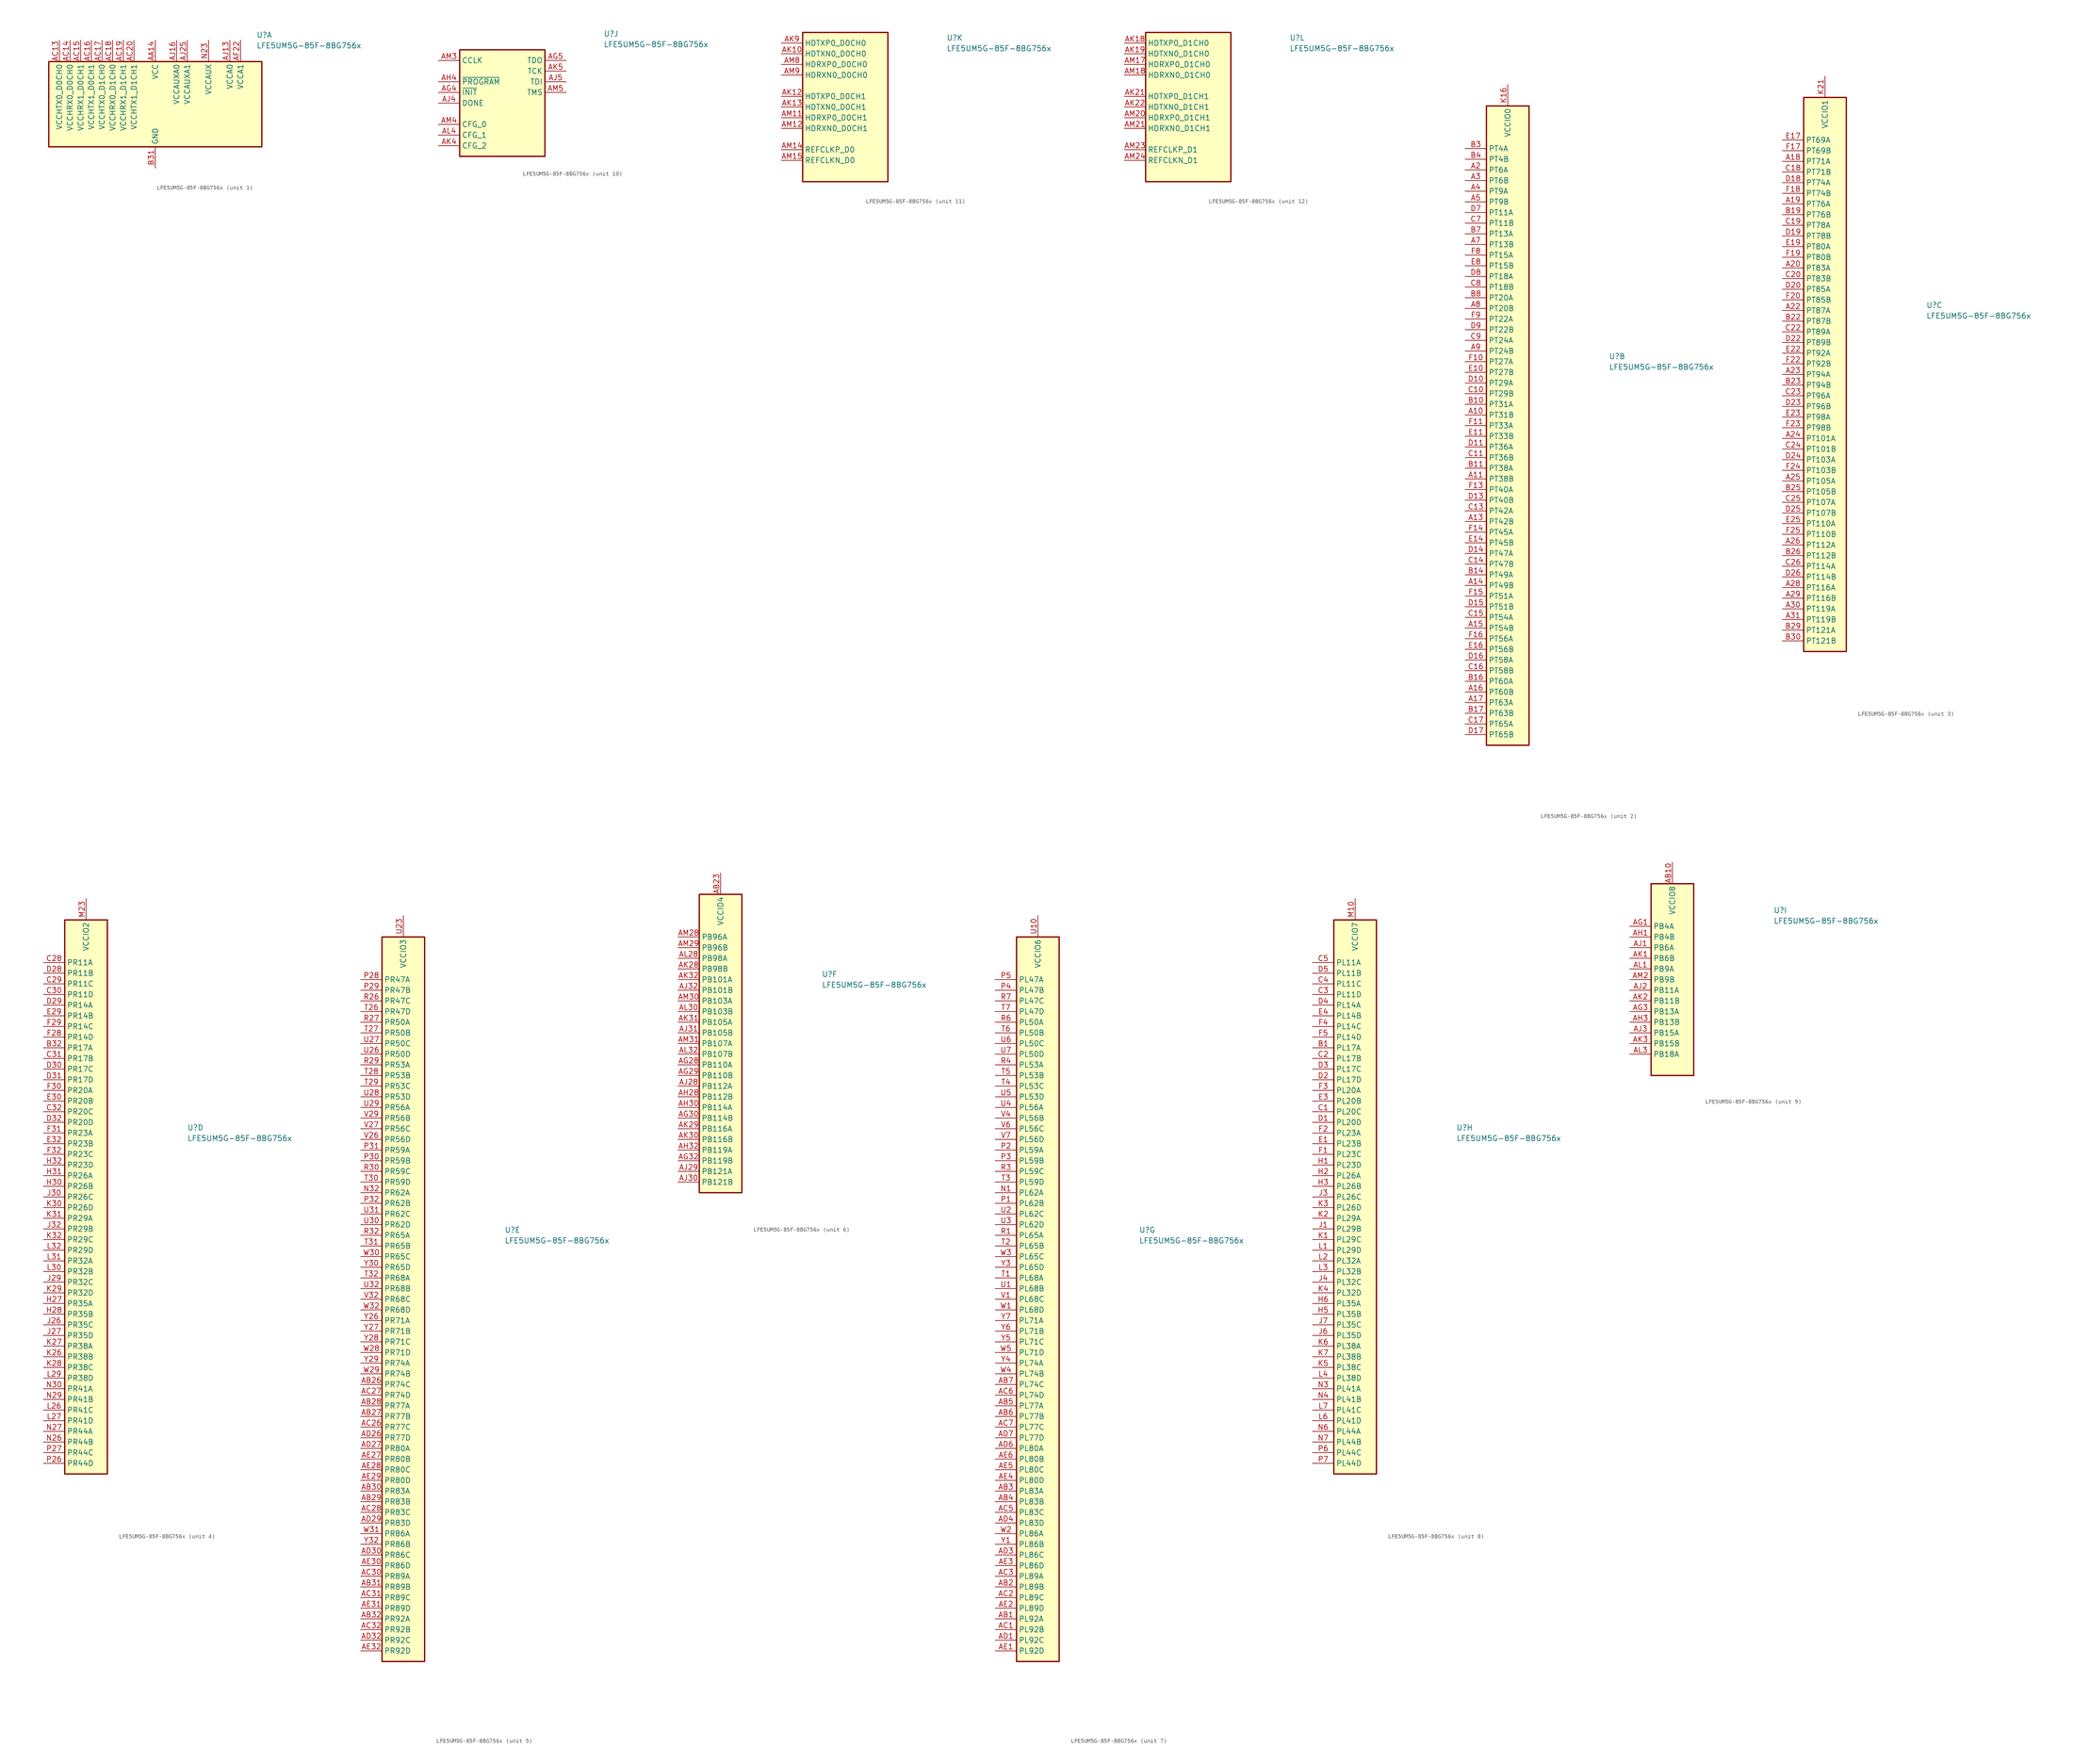
<source format=kicad_sym>
(kicad_symbol_lib
  (version 20201005)
  (generator kicad_symbol_editor)
  (symbol "FPGA_Lattice:LFE5UM5G-85F-8BG756x"
    (property "Reference" "U"
      (at 24.13 16.51 0)
      (effects (font (size 1.27 1.27)) (justify left)))
    (property "Value" "LFE5UM5G-85F-8BG756x"
      (at 24.13 13.97 0)
      (effects (font (size 1.27 1.27)) (justify left)))
    (property "ki_locked" ""
      (at 0 0 0)
      (effects (font (size 1.27 1.27))))
    (symbol "LFE5UM5G-85F-8BG756x_1_1"
      (rectangle (start -25.4 10.16) (end 25.4 -10.16) (stroke (width 0.305)) (fill (type background)))
      (pin passive line (at 0 -15.24 90) (length 5.08) hide (name "GND" (effects (font (size 1.27 1.27)))) (number "AA11" (effects (font (size 1.27 1.27)))))
      (pin passive line (at 0 15.24 270) (length 5.08) hide (name "VCC" (effects (font (size 1.27 1.27)))) (number "AA12" (effects (font (size 1.27 1.27)))))
      (pin passive line (at 0 15.24 270) (length 5.08) hide (name "VCC" (effects (font (size 1.27 1.27)))) (number "AA13" (effects (font (size 1.27 1.27)))))
      (pin power_in line (at 0 15.24 270) (length 5.08) (name "VCC" (effects (font (size 1.27 1.27)))) (number "AA14" (effects (font (size 1.27 1.27)))))
      (pin passive line (at 0 15.24 270) (length 5.08) hide (name "VCC" (effects (font (size 1.27 1.27)))) (number "AA15" (effects (font (size 1.27 1.27)))))
      (pin passive line (at 0 15.24 270) (length 5.08) hide (name "VCC" (effects (font (size 1.27 1.27)))) (number "AA16" (effects (font (size 1.27 1.27)))))
      (pin passive line (at 0 15.24 270) (length 5.08) hide (name "VCC" (effects (font (size 1.27 1.27)))) (number "AA17" (effects (font (size 1.27 1.27)))))
      (pin passive line (at 0 15.24 270) (length 5.08) hide (name "VCC" (effects (font (size 1.27 1.27)))) (number "AA18" (effects (font (size 1.27 1.27)))))
      (pin passive line (at 0 15.24 270) (length 5.08) hide (name "VCC" (effects (font (size 1.27 1.27)))) (number "AA19" (effects (font (size 1.27 1.27)))))
      (pin passive line (at 0 15.24 270) (length 5.08) hide (name "VCC" (effects (font (size 1.27 1.27)))) (number "AA20" (effects (font (size 1.27 1.27)))))
      (pin passive line (at 0 15.24 270) (length 5.08) hide (name "VCC" (effects (font (size 1.27 1.27)))) (number "AA21" (effects (font (size 1.27 1.27)))))
      (pin passive line (at 0 -15.24 90) (length 5.08) hide (name "GND" (effects (font (size 1.27 1.27)))) (number "AA22" (effects (font (size 1.27 1.27)))))
      (pin passive line (at 0 -15.24 90) (length 5.08) hide (name "GND" (effects (font (size 1.27 1.27)))) (number "AB11" (effects (font (size 1.27 1.27)))))
      (pin passive line (at 0 -15.24 90) (length 5.08) hide (name "GND" (effects (font (size 1.27 1.27)))) (number "AB12" (effects (font (size 1.27 1.27)))))
      (pin passive line (at 0 -15.24 90) (length 5.08) hide (name "GND" (effects (font (size 1.27 1.27)))) (number "AB13" (effects (font (size 1.27 1.27)))))
      (pin passive line (at 0 -15.24 90) (length 5.08) hide (name "GND" (effects (font (size 1.27 1.27)))) (number "AB14" (effects (font (size 1.27 1.27)))))
      (pin passive line (at 0 -15.24 90) (length 5.08) hide (name "GND" (effects (font (size 1.27 1.27)))) (number "AB15" (effects (font (size 1.27 1.27)))))
      (pin passive line (at 0 -15.24 90) (length 5.08) hide (name "GND" (effects (font (size 1.27 1.27)))) (number "AB16" (effects (font (size 1.27 1.27)))))
      (pin passive line (at 0 -15.24 90) (length 5.08) hide (name "GND" (effects (font (size 1.27 1.27)))) (number "AB17" (effects (font (size 1.27 1.27)))))
      (pin passive line (at 0 -15.24 90) (length 5.08) hide (name "GND" (effects (font (size 1.27 1.27)))) (number "AB18" (effects (font (size 1.27 1.27)))))
      (pin passive line (at 0 -15.24 90) (length 5.08) hide (name "GND" (effects (font (size 1.27 1.27)))) (number "AB19" (effects (font (size 1.27 1.27)))))
      (pin passive line (at 0 -15.24 90) (length 5.08) hide (name "GND" (effects (font (size 1.27 1.27)))) (number "AB20" (effects (font (size 1.27 1.27)))))
      (pin passive line (at 0 -15.24 90) (length 5.08) hide (name "GND" (effects (font (size 1.27 1.27)))) (number "AB21" (effects (font (size 1.27 1.27)))))
      (pin passive line (at 0 -15.24 90) (length 5.08) hide (name "GND" (effects (font (size 1.27 1.27)))) (number "AB22" (effects (font (size 1.27 1.27)))))
      (pin passive line (at 12.7 15.24 270) (length 5.08) hide (name "VCCAUX" (effects (font (size 1.27 1.27)))) (number "AC11" (effects (font (size 1.27 1.27)))))
      (pin passive line (at 0 -15.24 90) (length 5.08) hide (name "GND" (effects (font (size 1.27 1.27)))) (number "AC12" (effects (font (size 1.27 1.27)))))
      (pin power_in line (at -22.86 15.24 270) (length 5.08) (name "VCCHTX0_D0CH0" (effects (font (size 1.27 1.27)))) (number "AC13" (effects (font (size 1.27 1.27)))))
      (pin power_in line (at -20.32 15.24 270) (length 5.08) (name "VCCHRX0_D0CH0" (effects (font (size 1.27 1.27)))) (number "AC14" (effects (font (size 1.27 1.27)))))
      (pin power_in line (at -17.78 15.24 270) (length 5.08) (name "VCCHRX1_D0CH1" (effects (font (size 1.27 1.27)))) (number "AC15" (effects (font (size 1.27 1.27)))))
      (pin power_in line (at -15.24 15.24 270) (length 5.08) (name "VCCHTX1_D0CH1" (effects (font (size 1.27 1.27)))) (number "AC16" (effects (font (size 1.27 1.27)))))
      (pin power_in line (at -12.7 15.24 270) (length 5.08) (name "VCCHTX0_D1CH0" (effects (font (size 1.27 1.27)))) (number "AC17" (effects (font (size 1.27 1.27)))))
      (pin power_in line (at -10.16 15.24 270) (length 5.08) (name "VCCHRX0_D1CH0" (effects (font (size 1.27 1.27)))) (number "AC18" (effects (font (size 1.27 1.27)))))
      (pin power_in line (at -7.62 15.24 270) (length 5.08) (name "VCCHRX1_D1CH1" (effects (font (size 1.27 1.27)))) (number "AC19" (effects (font (size 1.27 1.27)))))
      (pin power_in line (at -5.08 15.24 270) (length 5.08) (name "VCCHTX1_D1CH1" (effects (font (size 1.27 1.27)))) (number "AC20" (effects (font (size 1.27 1.27)))))
      (pin passive line (at 0 -15.24 90) (length 5.08) hide (name "GND" (effects (font (size 1.27 1.27)))) (number "AC21" (effects (font (size 1.27 1.27)))))
      (pin passive line (at 12.7 15.24 270) (length 5.08) hide (name "VCCAUX" (effects (font (size 1.27 1.27)))) (number "AC22" (effects (font (size 1.27 1.27)))))
      (pin no_connect line (at 5.08 -10.16 90) (length 5.08) hide (name "NC" (effects (font (size 1.27 1.27)))) (number "AC29" (effects (font (size 1.27 1.27)))))
      (pin passive line (at 0 -15.24 90) (length 5.08) hide (name "GND" (effects (font (size 1.27 1.27)))) (number "AD2" (effects (font (size 1.27 1.27)))))
      (pin passive line (at 0 -15.24 90) (length 5.08) hide (name "GND" (effects (font (size 1.27 1.27)))) (number "AD28" (effects (font (size 1.27 1.27)))))
      (pin passive line (at 0 -15.24 90) (length 5.08) hide (name "GND" (effects (font (size 1.27 1.27)))) (number "AD31" (effects (font (size 1.27 1.27)))))
      (pin passive line (at 0 -15.24 90) (length 5.08) hide (name "GND" (effects (font (size 1.27 1.27)))) (number "AD5" (effects (font (size 1.27 1.27)))))
      (pin no_connect line (at 22.86 -10.16 90) (length 5.08) hide (name "NC" (effects (font (size 1.27 1.27)))) (number "AE26" (effects (font (size 1.27 1.27)))))
      (pin no_connect line (at 22.86 10.16 270) (length 5.08) hide (name "NC" (effects (font (size 1.27 1.27)))) (number "AE7" (effects (font (size 1.27 1.27)))))
      (pin passive line (at 0 -15.24 90) (length 5.08) hide (name "GND" (effects (font (size 1.27 1.27)))) (number "AF11" (effects (font (size 1.27 1.27)))))
      (pin passive line (at 0 -15.24 90) (length 5.08) hide (name "GND" (effects (font (size 1.27 1.27)))) (number "AF12" (effects (font (size 1.27 1.27)))))
      (pin passive line (at 0 -15.24 90) (length 5.08) hide (name "GND" (effects (font (size 1.27 1.27)))) (number "AF14" (effects (font (size 1.27 1.27)))))
      (pin passive line (at 0 -15.24 90) (length 5.08) hide (name "GND" (effects (font (size 1.27 1.27)))) (number "AF15" (effects (font (size 1.27 1.27)))))
      (pin passive line (at 0 -15.24 90) (length 5.08) hide (name "GND" (effects (font (size 1.27 1.27)))) (number "AF16" (effects (font (size 1.27 1.27)))))
      (pin passive line (at 0 -15.24 90) (length 5.08) hide (name "GND" (effects (font (size 1.27 1.27)))) (number "AF17" (effects (font (size 1.27 1.27)))))
      (pin passive line (at 0 -15.24 90) (length 5.08) hide (name "GND" (effects (font (size 1.27 1.27)))) (number "AF19" (effects (font (size 1.27 1.27)))))
      (pin passive line (at 0 -15.24 90) (length 5.08) hide (name "GND" (effects (font (size 1.27 1.27)))) (number "AF20" (effects (font (size 1.27 1.27)))))
      (pin power_in line (at 20.32 15.24 270) (length 5.08) (name "VCCA1" (effects (font (size 1.27 1.27)))) (number "AF22" (effects (font (size 1.27 1.27)))))
      (pin passive line (at 0 -15.24 90) (length 5.08) hide (name "GND" (effects (font (size 1.27 1.27)))) (number "AF23" (effects (font (size 1.27 1.27)))))
      (pin passive line (at 0 -15.24 90) (length 5.08) hide (name "GND" (effects (font (size 1.27 1.27)))) (number "AG11" (effects (font (size 1.27 1.27)))))
      (pin passive line (at 17.78 15.24 270) (length 5.08) hide (name "VCCA0" (effects (font (size 1.27 1.27)))) (number "AG12" (effects (font (size 1.27 1.27)))))
      (pin passive line (at 0 -15.24 90) (length 5.08) hide (name "GND" (effects (font (size 1.27 1.27)))) (number "AG14" (effects (font (size 1.27 1.27)))))
      (pin passive line (at 0 -15.24 90) (length 5.08) hide (name "GND" (effects (font (size 1.27 1.27)))) (number "AG15" (effects (font (size 1.27 1.27)))))
      (pin passive line (at 0 -15.24 90) (length 5.08) hide (name "GND" (effects (font (size 1.27 1.27)))) (number "AG16" (effects (font (size 1.27 1.27)))))
      (pin passive line (at 0 -15.24 90) (length 5.08) hide (name "GND" (effects (font (size 1.27 1.27)))) (number "AG17" (effects (font (size 1.27 1.27)))))
      (pin passive line (at 20.32 15.24 270) (length 5.08) hide (name "VCCA1" (effects (font (size 1.27 1.27)))) (number "AG19" (effects (font (size 1.27 1.27)))))
      (pin passive line (at 0 -15.24 90) (length 5.08) hide (name "GND" (effects (font (size 1.27 1.27)))) (number "AG20" (effects (font (size 1.27 1.27)))))
      (pin passive line (at 20.32 15.24 270) (length 5.08) hide (name "VCCA1" (effects (font (size 1.27 1.27)))) (number "AG22" (effects (font (size 1.27 1.27)))))
      (pin passive line (at 0 -15.24 90) (length 5.08) hide (name "GND" (effects (font (size 1.27 1.27)))) (number "AG23" (effects (font (size 1.27 1.27)))))
      (pin no_connect line (at -17.78 -10.16 90) (length 5.08) hide (name "NC" (effects (font (size 1.27 1.27)))) (number "AG24" (effects (font (size 1.27 1.27)))))
      (pin no_connect line (at 17.78 -10.16 90) (length 5.08) hide (name "NC" (effects (font (size 1.27 1.27)))) (number "AG31" (effects (font (size 1.27 1.27)))))
      (pin passive line (at 17.78 15.24 270) (length 5.08) hide (name "VCCA0" (effects (font (size 1.27 1.27)))) (number "AG9" (effects (font (size 1.27 1.27)))))
      (pin passive line (at 0 -15.24 90) (length 5.08) hide (name "GND" (effects (font (size 1.27 1.27)))) (number "AH11" (effects (font (size 1.27 1.27)))))
      (pin passive line (at 17.78 15.24 270) (length 5.08) hide (name "VCCA0" (effects (font (size 1.27 1.27)))) (number "AH12" (effects (font (size 1.27 1.27)))))
      (pin passive line (at 0 -15.24 90) (length 5.08) hide (name "GND" (effects (font (size 1.27 1.27)))) (number "AH14" (effects (font (size 1.27 1.27)))))
      (pin passive line (at 0 -15.24 90) (length 5.08) hide (name "GND" (effects (font (size 1.27 1.27)))) (number "AH15" (effects (font (size 1.27 1.27)))))
      (pin passive line (at 0 -15.24 90) (length 5.08) hide (name "GND" (effects (font (size 1.27 1.27)))) (number "AH16" (effects (font (size 1.27 1.27)))))
      (pin passive line (at 0 -15.24 90) (length 5.08) hide (name "GND" (effects (font (size 1.27 1.27)))) (number "AH17" (effects (font (size 1.27 1.27)))))
      (pin passive line (at 20.32 15.24 270) (length 5.08) hide (name "VCCA1" (effects (font (size 1.27 1.27)))) (number "AH19" (effects (font (size 1.27 1.27)))))
      (pin passive line (at 0 -15.24 90) (length 5.08) hide (name "GND" (effects (font (size 1.27 1.27)))) (number "AH2" (effects (font (size 1.27 1.27)))))
      (pin passive line (at 0 -15.24 90) (length 5.08) hide (name "GND" (effects (font (size 1.27 1.27)))) (number "AH20" (effects (font (size 1.27 1.27)))))
      (pin passive line (at 20.32 15.24 270) (length 5.08) hide (name "VCCA1" (effects (font (size 1.27 1.27)))) (number "AH22" (effects (font (size 1.27 1.27)))))
      (pin passive line (at 0 -15.24 90) (length 5.08) hide (name "GND" (effects (font (size 1.27 1.27)))) (number "AH23" (effects (font (size 1.27 1.27)))))
      (pin passive line (at 0 -15.24 90) (length 5.08) hide (name "GND" (effects (font (size 1.27 1.27)))) (number "AH24" (effects (font (size 1.27 1.27)))))
      (pin passive line (at 0 -15.24 90) (length 5.08) hide (name "GND" (effects (font (size 1.27 1.27)))) (number "AH25" (effects (font (size 1.27 1.27)))))
      (pin passive line (at 0 -15.24 90) (length 5.08) hide (name "GND" (effects (font (size 1.27 1.27)))) (number "AH26" (effects (font (size 1.27 1.27)))))
      (pin passive line (at 0 -15.24 90) (length 5.08) hide (name "GND" (effects (font (size 1.27 1.27)))) (number "AH29" (effects (font (size 1.27 1.27)))))
      (pin passive line (at 0 -15.24 90) (length 5.08) hide (name "GND" (effects (font (size 1.27 1.27)))) (number "AH31" (effects (font (size 1.27 1.27)))))
      (pin passive line (at 0 -15.24 90) (length 5.08) hide (name "GND" (effects (font (size 1.27 1.27)))) (number "AH5" (effects (font (size 1.27 1.27)))))
      (pin passive line (at 0 -15.24 90) (length 5.08) hide (name "GND" (effects (font (size 1.27 1.27)))) (number "AH7" (effects (font (size 1.27 1.27)))))
      (pin passive line (at 0 -15.24 90) (length 5.08) hide (name "GND" (effects (font (size 1.27 1.27)))) (number "AH8" (effects (font (size 1.27 1.27)))))
      (pin passive line (at 17.78 15.24 270) (length 5.08) hide (name "VCCA0" (effects (font (size 1.27 1.27)))) (number "AH9" (effects (font (size 1.27 1.27)))))
      (pin passive line (at 17.78 15.24 270) (length 5.08) hide (name "VCCA0" (effects (font (size 1.27 1.27)))) (number "AJ10" (effects (font (size 1.27 1.27)))))
      (pin passive line (at 0 -15.24 90) (length 5.08) hide (name "GND" (effects (font (size 1.27 1.27)))) (number "AJ11" (effects (font (size 1.27 1.27)))))
      (pin passive line (at 17.78 15.24 270) (length 5.08) hide (name "VCCA0" (effects (font (size 1.27 1.27)))) (number "AJ12" (effects (font (size 1.27 1.27)))))
      (pin power_in line (at 17.78 15.24 270) (length 5.08) (name "VCCA0" (effects (font (size 1.27 1.27)))) (number "AJ13" (effects (font (size 1.27 1.27)))))
      (pin passive line (at 0 -15.24 90) (length 5.08) hide (name "GND" (effects (font (size 1.27 1.27)))) (number "AJ14" (effects (font (size 1.27 1.27)))))
      (pin passive line (at 5.08 15.24 270) (length 5.08) hide (name "VCCAUXA0" (effects (font (size 1.27 1.27)))) (number "AJ15" (effects (font (size 1.27 1.27)))))
      (pin power_in line (at 5.08 15.24 270) (length 5.08) (name "VCCAUXA0" (effects (font (size 1.27 1.27)))) (number "AJ16" (effects (font (size 1.27 1.27)))))
      (pin passive line (at 0 -15.24 90) (length 5.08) hide (name "GND" (effects (font (size 1.27 1.27)))) (number "AJ17" (effects (font (size 1.27 1.27)))))
      (pin passive line (at 20.32 15.24 270) (length 5.08) hide (name "VCCA1" (effects (font (size 1.27 1.27)))) (number "AJ18" (effects (font (size 1.27 1.27)))))
      (pin passive line (at 20.32 15.24 270) (length 5.08) hide (name "VCCA1" (effects (font (size 1.27 1.27)))) (number "AJ19" (effects (font (size 1.27 1.27)))))
      (pin passive line (at 0 -15.24 90) (length 5.08) hide (name "GND" (effects (font (size 1.27 1.27)))) (number "AJ20" (effects (font (size 1.27 1.27)))))
      (pin passive line (at 20.32 15.24 270) (length 5.08) hide (name "VCCA1" (effects (font (size 1.27 1.27)))) (number "AJ21" (effects (font (size 1.27 1.27)))))
      (pin passive line (at 20.32 15.24 270) (length 5.08) hide (name "VCCA1" (effects (font (size 1.27 1.27)))) (number "AJ22" (effects (font (size 1.27 1.27)))))
      (pin passive line (at 0 -15.24 90) (length 5.08) hide (name "GND" (effects (font (size 1.27 1.27)))) (number "AJ23" (effects (font (size 1.27 1.27)))))
      (pin passive line (at 7.62 15.24 270) (length 5.08) hide (name "VCCAUXA1" (effects (font (size 1.27 1.27)))) (number "AJ24" (effects (font (size 1.27 1.27)))))
      (pin power_in line (at 7.62 15.24 270) (length 5.08) (name "VCCAUXA1" (effects (font (size 1.27 1.27)))) (number "AJ25" (effects (font (size 1.27 1.27)))))
      (pin passive line (at 0 -15.24 90) (length 5.08) hide (name "GND" (effects (font (size 1.27 1.27)))) (number "AJ26" (effects (font (size 1.27 1.27)))))
      (pin passive line (at 0 -15.24 90) (length 5.08) hide (name "GND" (effects (font (size 1.27 1.27)))) (number "AJ7" (effects (font (size 1.27 1.27)))))
      (pin passive line (at 0 -15.24 90) (length 5.08) hide (name "GND" (effects (font (size 1.27 1.27)))) (number "AJ8" (effects (font (size 1.27 1.27)))))
      (pin passive line (at 17.78 15.24 270) (length 5.08) hide (name "VCCA0" (effects (font (size 1.27 1.27)))) (number "AJ9" (effects (font (size 1.27 1.27)))))
      (pin passive line (at 0 -15.24 90) (length 5.08) hide (name "GND" (effects (font (size 1.27 1.27)))) (number "AK11" (effects (font (size 1.27 1.27)))))
      (pin passive line (at 0 -15.24 90) (length 5.08) hide (name "GND" (effects (font (size 1.27 1.27)))) (number "AK14" (effects (font (size 1.27 1.27)))))
      (pin passive line (at 0 -15.24 90) (length 5.08) hide (name "GND" (effects (font (size 1.27 1.27)))) (number "AK17" (effects (font (size 1.27 1.27)))))
      (pin passive line (at 0 -15.24 90) (length 5.08) hide (name "GND" (effects (font (size 1.27 1.27)))) (number "AK20" (effects (font (size 1.27 1.27)))))
      (pin passive line (at 0 -15.24 90) (length 5.08) hide (name "GND" (effects (font (size 1.27 1.27)))) (number "AK23" (effects (font (size 1.27 1.27)))))
      (pin passive line (at 0 -15.24 90) (length 5.08) hide (name "GND" (effects (font (size 1.27 1.27)))) (number "AK26" (effects (font (size 1.27 1.27)))))
      (pin passive line (at 0 -15.24 90) (length 5.08) hide (name "GND" (effects (font (size 1.27 1.27)))) (number "AK7" (effects (font (size 1.27 1.27)))))
      (pin passive line (at 0 -15.24 90) (length 5.08) hide (name "GND" (effects (font (size 1.27 1.27)))) (number "AK8" (effects (font (size 1.27 1.27)))))
      (pin passive line (at 0 -15.24 90) (length 5.08) hide (name "GND" (effects (font (size 1.27 1.27)))) (number "AL11" (effects (font (size 1.27 1.27)))))
      (pin passive line (at 0 -15.24 90) (length 5.08) hide (name "GND" (effects (font (size 1.27 1.27)))) (number "AL12" (effects (font (size 1.27 1.27)))))
      (pin passive line (at 0 -15.24 90) (length 5.08) hide (name "GND" (effects (font (size 1.27 1.27)))) (number "AL14" (effects (font (size 1.27 1.27)))))
      (pin passive line (at 0 -15.24 90) (length 5.08) hide (name "GND" (effects (font (size 1.27 1.27)))) (number "AL15" (effects (font (size 1.27 1.27)))))
      (pin passive line (at 0 -15.24 90) (length 5.08) hide (name "GND" (effects (font (size 1.27 1.27)))) (number "AL17" (effects (font (size 1.27 1.27)))))
      (pin passive line (at 0 -15.24 90) (length 5.08) hide (name "GND" (effects (font (size 1.27 1.27)))) (number "AL18" (effects (font (size 1.27 1.27)))))
      (pin passive line (at 0 -15.24 90) (length 5.08) hide (name "GND" (effects (font (size 1.27 1.27)))) (number "AL2" (effects (font (size 1.27 1.27)))))
      (pin passive line (at 0 -15.24 90) (length 5.08) hide (name "GND" (effects (font (size 1.27 1.27)))) (number "AL20" (effects (font (size 1.27 1.27)))))
      (pin passive line (at 0 -15.24 90) (length 5.08) hide (name "GND" (effects (font (size 1.27 1.27)))) (number "AL21" (effects (font (size 1.27 1.27)))))
      (pin passive line (at 0 -15.24 90) (length 5.08) hide (name "GND" (effects (font (size 1.27 1.27)))) (number "AL23" (effects (font (size 1.27 1.27)))))
      (pin passive line (at 0 -15.24 90) (length 5.08) hide (name "GND" (effects (font (size 1.27 1.27)))) (number "AL24" (effects (font (size 1.27 1.27)))))
      (pin passive line (at 0 -15.24 90) (length 5.08) hide (name "GND" (effects (font (size 1.27 1.27)))) (number "AL26" (effects (font (size 1.27 1.27)))))
      (pin passive line (at 0 -15.24 90) (length 5.08) hide (name "GND" (effects (font (size 1.27 1.27)))) (number "AL29" (effects (font (size 1.27 1.27)))))
      (pin passive line (at 0 -15.24 90) (length 5.08) hide (name "GND" (effects (font (size 1.27 1.27)))) (number "AL31" (effects (font (size 1.27 1.27)))))
      (pin passive line (at 0 -15.24 90) (length 5.08) hide (name "GND" (effects (font (size 1.27 1.27)))) (number "AL5" (effects (font (size 1.27 1.27)))))
      (pin passive line (at 0 -15.24 90) (length 5.08) hide (name "GND" (effects (font (size 1.27 1.27)))) (number "AL7" (effects (font (size 1.27 1.27)))))
      (pin passive line (at 0 -15.24 90) (length 5.08) hide (name "GND" (effects (font (size 1.27 1.27)))) (number "AL8" (effects (font (size 1.27 1.27)))))
      (pin passive line (at 0 -15.24 90) (length 5.08) hide (name "GND" (effects (font (size 1.27 1.27)))) (number "AL9" (effects (font (size 1.27 1.27)))))
      (pin passive line (at 0 -15.24 90) (length 5.08) hide (name "GND" (effects (font (size 1.27 1.27)))) (number "AM26" (effects (font (size 1.27 1.27)))))
      (pin passive line (at 0 -15.24 90) (length 5.08) hide (name "GND" (effects (font (size 1.27 1.27)))) (number "AM7" (effects (font (size 1.27 1.27)))))
      (pin passive line (at 0 -15.24 90) (length 5.08) hide (name "GND" (effects (font (size 1.27 1.27)))) (number "B13" (effects (font (size 1.27 1.27)))))
      (pin passive line (at 0 -15.24 90) (length 5.08) hide (name "GND" (effects (font (size 1.27 1.27)))) (number "B15" (effects (font (size 1.27 1.27)))))
      (pin passive line (at 0 -15.24 90) (length 5.08) hide (name "GND" (effects (font (size 1.27 1.27)))) (number "B18" (effects (font (size 1.27 1.27)))))
      (pin passive line (at 0 -15.24 90) (length 5.08) hide (name "GND" (effects (font (size 1.27 1.27)))) (number "B2" (effects (font (size 1.27 1.27)))))
      (pin passive line (at 0 -15.24 90) (length 5.08) hide (name "GND" (effects (font (size 1.27 1.27)))) (number "B20" (effects (font (size 1.27 1.27)))))
      (pin passive line (at 0 -15.24 90) (length 5.08) hide (name "GND" (effects (font (size 1.27 1.27)))) (number "B24" (effects (font (size 1.27 1.27)))))
      (pin passive line (at 0 -15.24 90) (length 5.08) hide (name "GND" (effects (font (size 1.27 1.27)))) (number "B28" (effects (font (size 1.27 1.27)))))
      (pin power_in line (at 0 -15.24 90) (length 5.08) (name "GND" (effects (font (size 1.27 1.27)))) (number "B31" (effects (font (size 1.27 1.27)))))
      (pin passive line (at 0 -15.24 90) (length 5.08) hide (name "GND" (effects (font (size 1.27 1.27)))) (number "B5" (effects (font (size 1.27 1.27)))))
      (pin passive line (at 0 -15.24 90) (length 5.08) hide (name "GND" (effects (font (size 1.27 1.27)))) (number "B9" (effects (font (size 1.27 1.27)))))
      (pin passive line (at 0 -15.24 90) (length 5.08) hide (name "GND" (effects (font (size 1.27 1.27)))) (number "E13" (effects (font (size 1.27 1.27)))))
      (pin passive line (at 0 -15.24 90) (length 5.08) hide (name "GND" (effects (font (size 1.27 1.27)))) (number "E15" (effects (font (size 1.27 1.27)))))
      (pin passive line (at 0 -15.24 90) (length 5.08) hide (name "GND" (effects (font (size 1.27 1.27)))) (number "E18" (effects (font (size 1.27 1.27)))))
      (pin passive line (at 0 -15.24 90) (length 5.08) hide (name "GND" (effects (font (size 1.27 1.27)))) (number "E2" (effects (font (size 1.27 1.27)))))
      (pin passive line (at 0 -15.24 90) (length 5.08) hide (name "GND" (effects (font (size 1.27 1.27)))) (number "E20" (effects (font (size 1.27 1.27)))))
      (pin passive line (at 0 -15.24 90) (length 5.08) hide (name "GND" (effects (font (size 1.27 1.27)))) (number "E24" (effects (font (size 1.27 1.27)))))
      (pin no_connect line (at 15.24 10.16 270) (length 5.08) hide (name "NC" (effects (font (size 1.27 1.27)))) (number "E26" (effects (font (size 1.27 1.27)))))
      (pin passive line (at 0 -15.24 90) (length 5.08) hide (name "GND" (effects (font (size 1.27 1.27)))) (number "E28" (effects (font (size 1.27 1.27)))))
      (pin passive line (at 0 -15.24 90) (length 5.08) hide (name "GND" (effects (font (size 1.27 1.27)))) (number "E31" (effects (font (size 1.27 1.27)))))
      (pin passive line (at 0 -15.24 90) (length 5.08) hide (name "GND" (effects (font (size 1.27 1.27)))) (number "E5" (effects (font (size 1.27 1.27)))))
      (pin no_connect line (at 2.54 10.16 270) (length 5.08) hide (name "NC" (effects (font (size 1.27 1.27)))) (number "E7" (effects (font (size 1.27 1.27)))))
      (pin passive line (at 0 -15.24 90) (length 5.08) hide (name "GND" (effects (font (size 1.27 1.27)))) (number "E9" (effects (font (size 1.27 1.27)))))
      (pin no_connect line (at 20.32 -10.16 90) (length 5.08) hide (name "NC" (effects (font (size 1.27 1.27)))) (number "G10" (effects (font (size 1.27 1.27)))))
      (pin no_connect line (at 2.54 -10.16 90) (length 5.08) hide (name "NC" (effects (font (size 1.27 1.27)))) (number "G11" (effects (font (size 1.27 1.27)))))
      (pin no_connect line (at -20.32 -10.16 90) (length 5.08) hide (name "NC" (effects (font (size 1.27 1.27)))) (number "G14" (effects (font (size 1.27 1.27)))))
      (pin no_connect line (at -22.86 -10.16 90) (length 5.08) hide (name "NC" (effects (font (size 1.27 1.27)))) (number "G15" (effects (font (size 1.27 1.27)))))
      (pin no_connect line (at -2.54 -10.16 90) (length 5.08) hide (name "NC" (effects (font (size 1.27 1.27)))) (number "G16" (effects (font (size 1.27 1.27)))))
      (pin no_connect line (at -5.08 -10.16 90) (length 5.08) hide (name "NC" (effects (font (size 1.27 1.27)))) (number "G17" (effects (font (size 1.27 1.27)))))
      (pin no_connect line (at -7.62 -10.16 90) (length 5.08) hide (name "NC" (effects (font (size 1.27 1.27)))) (number "G18" (effects (font (size 1.27 1.27)))))
      (pin no_connect line (at -10.16 -10.16 90) (length 5.08) hide (name "NC" (effects (font (size 1.27 1.27)))) (number "G19" (effects (font (size 1.27 1.27)))))
      (pin no_connect line (at -12.7 -10.16 90) (length 5.08) hide (name "NC" (effects (font (size 1.27 1.27)))) (number "G22" (effects (font (size 1.27 1.27)))))
      (pin no_connect line (at -15.24 -10.16 90) (length 5.08) hide (name "NC" (effects (font (size 1.27 1.27)))) (number "G23" (effects (font (size 1.27 1.27)))))
      (pin no_connect line (at 10.16 10.16 270) (length 5.08) hide (name "NC" (effects (font (size 1.27 1.27)))) (number "G24" (effects (font (size 1.27 1.27)))))
      (pin no_connect line (at -2.54 10.16 270) (length 5.08) hide (name "NC" (effects (font (size 1.27 1.27)))) (number "G9" (effects (font (size 1.27 1.27)))))
      (pin no_connect line (at 12.7 -10.16 90) (length 5.08) hide (name "NC" (effects (font (size 1.27 1.27)))) (number "H29" (effects (font (size 1.27 1.27)))))
      (pin passive line (at 0 -15.24 90) (length 5.08) hide (name "GND" (effects (font (size 1.27 1.27)))) (number "J2" (effects (font (size 1.27 1.27)))))
      (pin passive line (at 0 -15.24 90) (length 5.08) hide (name "GND" (effects (font (size 1.27 1.27)))) (number "J28" (effects (font (size 1.27 1.27)))))
      (pin passive line (at 0 -15.24 90) (length 5.08) hide (name "GND" (effects (font (size 1.27 1.27)))) (number "J31" (effects (font (size 1.27 1.27)))))
      (pin passive line (at 0 -15.24 90) (length 5.08) hide (name "GND" (effects (font (size 1.27 1.27)))) (number "J5" (effects (font (size 1.27 1.27)))))
      (pin passive line (at 0 -15.24 90) (length 5.08) hide (name "GND" (effects (font (size 1.27 1.27)))) (number "K10" (effects (font (size 1.27 1.27)))))
      (pin passive line (at 0 -15.24 90) (length 5.08) hide (name "GND" (effects (font (size 1.27 1.27)))) (number "K11" (effects (font (size 1.27 1.27)))))
      (pin passive line (at 12.7 15.24 270) (length 5.08) hide (name "VCCAUX" (effects (font (size 1.27 1.27)))) (number "K13" (effects (font (size 1.27 1.27)))))
      (pin passive line (at 12.7 15.24 270) (length 5.08) hide (name "VCCAUX" (effects (font (size 1.27 1.27)))) (number "K20" (effects (font (size 1.27 1.27)))))
      (pin passive line (at 0 -15.24 90) (length 5.08) hide (name "GND" (effects (font (size 1.27 1.27)))) (number "K22" (effects (font (size 1.27 1.27)))))
      (pin passive line (at 0 -15.24 90) (length 5.08) hide (name "GND" (effects (font (size 1.27 1.27)))) (number "K23" (effects (font (size 1.27 1.27)))))
      (pin passive line (at 0 -15.24 90) (length 5.08) hide (name "GND" (effects (font (size 1.27 1.27)))) (number "L10" (effects (font (size 1.27 1.27)))))
      (pin passive line (at 0 -15.24 90) (length 5.08) hide (name "GND" (effects (font (size 1.27 1.27)))) (number "L11" (effects (font (size 1.27 1.27)))))
      (pin passive line (at 0 -15.24 90) (length 5.08) hide (name "GND" (effects (font (size 1.27 1.27)))) (number "L12" (effects (font (size 1.27 1.27)))))
      (pin passive line (at 0 -15.24 90) (length 5.08) hide (name "GND" (effects (font (size 1.27 1.27)))) (number "L13" (effects (font (size 1.27 1.27)))))
      (pin passive line (at 0 -15.24 90) (length 5.08) hide (name "GND" (effects (font (size 1.27 1.27)))) (number "L14" (effects (font (size 1.27 1.27)))))
      (pin passive line (at 0 -15.24 90) (length 5.08) hide (name "GND" (effects (font (size 1.27 1.27)))) (number "L15" (effects (font (size 1.27 1.27)))))
      (pin passive line (at 0 -15.24 90) (length 5.08) hide (name "GND" (effects (font (size 1.27 1.27)))) (number "L16" (effects (font (size 1.27 1.27)))))
      (pin passive line (at 0 -15.24 90) (length 5.08) hide (name "GND" (effects (font (size 1.27 1.27)))) (number "L17" (effects (font (size 1.27 1.27)))))
      (pin passive line (at 0 -15.24 90) (length 5.08) hide (name "GND" (effects (font (size 1.27 1.27)))) (number "L18" (effects (font (size 1.27 1.27)))))
      (pin passive line (at 0 -15.24 90) (length 5.08) hide (name "GND" (effects (font (size 1.27 1.27)))) (number "L19" (effects (font (size 1.27 1.27)))))
      (pin passive line (at 0 -15.24 90) (length 5.08) hide (name "GND" (effects (font (size 1.27 1.27)))) (number "L20" (effects (font (size 1.27 1.27)))))
      (pin passive line (at 0 -15.24 90) (length 5.08) hide (name "GND" (effects (font (size 1.27 1.27)))) (number "L21" (effects (font (size 1.27 1.27)))))
      (pin passive line (at 0 -15.24 90) (length 5.08) hide (name "GND" (effects (font (size 1.27 1.27)))) (number "L22" (effects (font (size 1.27 1.27)))))
      (pin passive line (at 0 -15.24 90) (length 5.08) hide (name "GND" (effects (font (size 1.27 1.27)))) (number "L23" (effects (font (size 1.27 1.27)))))
      (pin no_connect line (at 7.62 -10.16 90) (length 5.08) hide (name "NC" (effects (font (size 1.27 1.27)))) (number "L28" (effects (font (size 1.27 1.27)))))
      (pin passive line (at 0 -15.24 90) (length 5.08) hide (name "GND" (effects (font (size 1.27 1.27)))) (number "M11" (effects (font (size 1.27 1.27)))))
      (pin passive line (at 0 15.24 270) (length 5.08) hide (name "VCC" (effects (font (size 1.27 1.27)))) (number "M12" (effects (font (size 1.27 1.27)))))
      (pin passive line (at 0 15.24 270) (length 5.08) hide (name "VCC" (effects (font (size 1.27 1.27)))) (number "M13" (effects (font (size 1.27 1.27)))))
      (pin passive line (at 0 15.24 270) (length 5.08) hide (name "VCC" (effects (font (size 1.27 1.27)))) (number "M14" (effects (font (size 1.27 1.27)))))
      (pin passive line (at 0 15.24 270) (length 5.08) hide (name "VCC" (effects (font (size 1.27 1.27)))) (number "M15" (effects (font (size 1.27 1.27)))))
      (pin passive line (at 0 15.24 270) (length 5.08) hide (name "VCC" (effects (font (size 1.27 1.27)))) (number "M16" (effects (font (size 1.27 1.27)))))
      (pin passive line (at 0 15.24 270) (length 5.08) hide (name "VCC" (effects (font (size 1.27 1.27)))) (number "M17" (effects (font (size 1.27 1.27)))))
      (pin passive line (at 0 15.24 270) (length 5.08) hide (name "VCC" (effects (font (size 1.27 1.27)))) (number "M18" (effects (font (size 1.27 1.27)))))
      (pin passive line (at 0 15.24 270) (length 5.08) hide (name "VCC" (effects (font (size 1.27 1.27)))) (number "M19" (effects (font (size 1.27 1.27)))))
      (pin passive line (at 0 15.24 270) (length 5.08) hide (name "VCC" (effects (font (size 1.27 1.27)))) (number "M20" (effects (font (size 1.27 1.27)))))
      (pin passive line (at 0 15.24 270) (length 5.08) hide (name "VCC" (effects (font (size 1.27 1.27)))) (number "M21" (effects (font (size 1.27 1.27)))))
      (pin passive line (at 0 -15.24 90) (length 5.08) hide (name "GND" (effects (font (size 1.27 1.27)))) (number "M22" (effects (font (size 1.27 1.27)))))
      (pin passive line (at 12.7 15.24 270) (length 5.08) hide (name "VCCAUX" (effects (font (size 1.27 1.27)))) (number "N10" (effects (font (size 1.27 1.27)))))
      (pin passive line (at 0 -15.24 90) (length 5.08) hide (name "GND" (effects (font (size 1.27 1.27)))) (number "N11" (effects (font (size 1.27 1.27)))))
      (pin passive line (at 0 15.24 270) (length 5.08) hide (name "VCC" (effects (font (size 1.27 1.27)))) (number "N12" (effects (font (size 1.27 1.27)))))
      (pin passive line (at 0 -15.24 90) (length 5.08) hide (name "GND" (effects (font (size 1.27 1.27)))) (number "N13" (effects (font (size 1.27 1.27)))))
      (pin passive line (at 0 -15.24 90) (length 5.08) hide (name "GND" (effects (font (size 1.27 1.27)))) (number "N14" (effects (font (size 1.27 1.27)))))
      (pin passive line (at 0 -15.24 90) (length 5.08) hide (name "GND" (effects (font (size 1.27 1.27)))) (number "N15" (effects (font (size 1.27 1.27)))))
      (pin passive line (at 0 -15.24 90) (length 5.08) hide (name "GND" (effects (font (size 1.27 1.27)))) (number "N16" (effects (font (size 1.27 1.27)))))
      (pin passive line (at 0 -15.24 90) (length 5.08) hide (name "GND" (effects (font (size 1.27 1.27)))) (number "N17" (effects (font (size 1.27 1.27)))))
      (pin passive line (at 0 -15.24 90) (length 5.08) hide (name "GND" (effects (font (size 1.27 1.27)))) (number "N18" (effects (font (size 1.27 1.27)))))
      (pin passive line (at 0 -15.24 90) (length 5.08) hide (name "GND" (effects (font (size 1.27 1.27)))) (number "N19" (effects (font (size 1.27 1.27)))))
      (pin passive line (at 0 -15.24 90) (length 5.08) hide (name "GND" (effects (font (size 1.27 1.27)))) (number "N2" (effects (font (size 1.27 1.27)))))
      (pin passive line (at 0 -15.24 90) (length 5.08) hide (name "GND" (effects (font (size 1.27 1.27)))) (number "N20" (effects (font (size 1.27 1.27)))))
      (pin passive line (at 0 15.24 270) (length 5.08) hide (name "VCC" (effects (font (size 1.27 1.27)))) (number "N21" (effects (font (size 1.27 1.27)))))
      (pin passive line (at 0 -15.24 90) (length 5.08) hide (name "GND" (effects (font (size 1.27 1.27)))) (number "N22" (effects (font (size 1.27 1.27)))))
      (pin power_in line (at 12.7 15.24 270) (length 5.08) (name "VCCAUX" (effects (font (size 1.27 1.27)))) (number "N23" (effects (font (size 1.27 1.27)))))
      (pin passive line (at 0 -15.24 90) (length 5.08) hide (name "GND" (effects (font (size 1.27 1.27)))) (number "N28" (effects (font (size 1.27 1.27)))))
      (pin passive line (at 0 -15.24 90) (length 5.08) hide (name "GND" (effects (font (size 1.27 1.27)))) (number "N31" (effects (font (size 1.27 1.27)))))
      (pin passive line (at 0 -15.24 90) (length 5.08) hide (name "GND" (effects (font (size 1.27 1.27)))) (number "N5" (effects (font (size 1.27 1.27)))))
      (pin passive line (at 0 -15.24 90) (length 5.08) hide (name "GND" (effects (font (size 1.27 1.27)))) (number "P11" (effects (font (size 1.27 1.27)))))
      (pin passive line (at 0 15.24 270) (length 5.08) hide (name "VCC" (effects (font (size 1.27 1.27)))) (number "P12" (effects (font (size 1.27 1.27)))))
      (pin passive line (at 0 -15.24 90) (length 5.08) hide (name "GND" (effects (font (size 1.27 1.27)))) (number "P13" (effects (font (size 1.27 1.27)))))
      (pin passive line (at 0 -15.24 90) (length 5.08) hide (name "GND" (effects (font (size 1.27 1.27)))) (number "P14" (effects (font (size 1.27 1.27)))))
      (pin passive line (at 0 -15.24 90) (length 5.08) hide (name "GND" (effects (font (size 1.27 1.27)))) (number "P15" (effects (font (size 1.27 1.27)))))
      (pin passive line (at 0 -15.24 90) (length 5.08) hide (name "GND" (effects (font (size 1.27 1.27)))) (number "P16" (effects (font (size 1.27 1.27)))))
      (pin passive line (at 0 -15.24 90) (length 5.08) hide (name "GND" (effects (font (size 1.27 1.27)))) (number "P17" (effects (font (size 1.27 1.27)))))
      (pin passive line (at 0 -15.24 90) (length 5.08) hide (name "GND" (effects (font (size 1.27 1.27)))) (number "P18" (effects (font (size 1.27 1.27)))))
      (pin passive line (at 0 -15.24 90) (length 5.08) hide (name "GND" (effects (font (size 1.27 1.27)))) (number "P19" (effects (font (size 1.27 1.27)))))
      (pin passive line (at 0 -15.24 90) (length 5.08) hide (name "GND" (effects (font (size 1.27 1.27)))) (number "P20" (effects (font (size 1.27 1.27)))))
      (pin passive line (at 0 15.24 270) (length 5.08) hide (name "VCC" (effects (font (size 1.27 1.27)))) (number "P21" (effects (font (size 1.27 1.27)))))
      (pin passive line (at 0 -15.24 90) (length 5.08) hide (name "GND" (effects (font (size 1.27 1.27)))) (number "P22" (effects (font (size 1.27 1.27)))))
      (pin passive line (at 0 -15.24 90) (length 5.08) hide (name "GND" (effects (font (size 1.27 1.27)))) (number "R11" (effects (font (size 1.27 1.27)))))
      (pin passive line (at 0 15.24 270) (length 5.08) hide (name "VCC" (effects (font (size 1.27 1.27)))) (number "R12" (effects (font (size 1.27 1.27)))))
      (pin passive line (at 0 -15.24 90) (length 5.08) hide (name "GND" (effects (font (size 1.27 1.27)))) (number "R13" (effects (font (size 1.27 1.27)))))
      (pin passive line (at 0 -15.24 90) (length 5.08) hide (name "GND" (effects (font (size 1.27 1.27)))) (number "R14" (effects (font (size 1.27 1.27)))))
      (pin passive line (at 0 -15.24 90) (length 5.08) hide (name "GND" (effects (font (size 1.27 1.27)))) (number "R15" (effects (font (size 1.27 1.27)))))
      (pin passive line (at 0 -15.24 90) (length 5.08) hide (name "GND" (effects (font (size 1.27 1.27)))) (number "R16" (effects (font (size 1.27 1.27)))))
      (pin passive line (at 0 -15.24 90) (length 5.08) hide (name "GND" (effects (font (size 1.27 1.27)))) (number "R17" (effects (font (size 1.27 1.27)))))
      (pin passive line (at 0 -15.24 90) (length 5.08) hide (name "GND" (effects (font (size 1.27 1.27)))) (number "R18" (effects (font (size 1.27 1.27)))))
      (pin passive line (at 0 -15.24 90) (length 5.08) hide (name "GND" (effects (font (size 1.27 1.27)))) (number "R19" (effects (font (size 1.27 1.27)))))
      (pin passive line (at 0 -15.24 90) (length 5.08) hide (name "GND" (effects (font (size 1.27 1.27)))) (number "R2" (effects (font (size 1.27 1.27)))))
      (pin passive line (at 0 -15.24 90) (length 5.08) hide (name "GND" (effects (font (size 1.27 1.27)))) (number "R20" (effects (font (size 1.27 1.27)))))
      (pin passive line (at 0 15.24 270) (length 5.08) hide (name "VCC" (effects (font (size 1.27 1.27)))) (number "R21" (effects (font (size 1.27 1.27)))))
      (pin passive line (at 0 -15.24 90) (length 5.08) hide (name "GND" (effects (font (size 1.27 1.27)))) (number "R22" (effects (font (size 1.27 1.27)))))
      (pin passive line (at 0 -15.24 90) (length 5.08) hide (name "GND" (effects (font (size 1.27 1.27)))) (number "R28" (effects (font (size 1.27 1.27)))))
      (pin passive line (at 0 -15.24 90) (length 5.08) hide (name "GND" (effects (font (size 1.27 1.27)))) (number "R31" (effects (font (size 1.27 1.27)))))
      (pin passive line (at 0 -15.24 90) (length 5.08) hide (name "GND" (effects (font (size 1.27 1.27)))) (number "R5" (effects (font (size 1.27 1.27)))))
      (pin passive line (at 0 -15.24 90) (length 5.08) hide (name "GND" (effects (font (size 1.27 1.27)))) (number "T11" (effects (font (size 1.27 1.27)))))
      (pin passive line (at 0 15.24 270) (length 5.08) hide (name "VCC" (effects (font (size 1.27 1.27)))) (number "T12" (effects (font (size 1.27 1.27)))))
      (pin passive line (at 0 -15.24 90) (length 5.08) hide (name "GND" (effects (font (size 1.27 1.27)))) (number "T13" (effects (font (size 1.27 1.27)))))
      (pin passive line (at 0 -15.24 90) (length 5.08) hide (name "GND" (effects (font (size 1.27 1.27)))) (number "T14" (effects (font (size 1.27 1.27)))))
      (pin passive line (at 0 -15.24 90) (length 5.08) hide (name "GND" (effects (font (size 1.27 1.27)))) (number "T15" (effects (font (size 1.27 1.27)))))
      (pin passive line (at 0 -15.24 90) (length 5.08) hide (name "GND" (effects (font (size 1.27 1.27)))) (number "T16" (effects (font (size 1.27 1.27)))))
      (pin passive line (at 0 -15.24 90) (length 5.08) hide (name "GND" (effects (font (size 1.27 1.27)))) (number "T17" (effects (font (size 1.27 1.27)))))
      (pin passive line (at 0 -15.24 90) (length 5.08) hide (name "GND" (effects (font (size 1.27 1.27)))) (number "T18" (effects (font (size 1.27 1.27)))))
      (pin passive line (at 0 -15.24 90) (length 5.08) hide (name "GND" (effects (font (size 1.27 1.27)))) (number "T19" (effects (font (size 1.27 1.27)))))
      (pin passive line (at 0 -15.24 90) (length 5.08) hide (name "GND" (effects (font (size 1.27 1.27)))) (number "T20" (effects (font (size 1.27 1.27)))))
      (pin passive line (at 0 15.24 270) (length 5.08) hide (name "VCC" (effects (font (size 1.27 1.27)))) (number "T21" (effects (font (size 1.27 1.27)))))
      (pin passive line (at 0 -15.24 90) (length 5.08) hide (name "GND" (effects (font (size 1.27 1.27)))) (number "T22" (effects (font (size 1.27 1.27)))))
      (pin passive line (at 0 -15.24 90) (length 5.08) hide (name "GND" (effects (font (size 1.27 1.27)))) (number "U11" (effects (font (size 1.27 1.27)))))
      (pin passive line (at 0 15.24 270) (length 5.08) hide (name "VCC" (effects (font (size 1.27 1.27)))) (number "U12" (effects (font (size 1.27 1.27)))))
      (pin passive line (at 0 -15.24 90) (length 5.08) hide (name "GND" (effects (font (size 1.27 1.27)))) (number "U13" (effects (font (size 1.27 1.27)))))
      (pin passive line (at 0 -15.24 90) (length 5.08) hide (name "GND" (effects (font (size 1.27 1.27)))) (number "U14" (effects (font (size 1.27 1.27)))))
      (pin passive line (at 0 -15.24 90) (length 5.08) hide (name "GND" (effects (font (size 1.27 1.27)))) (number "U15" (effects (font (size 1.27 1.27)))))
      (pin passive line (at 0 -15.24 90) (length 5.08) hide (name "GND" (effects (font (size 1.27 1.27)))) (number "U16" (effects (font (size 1.27 1.27)))))
      (pin passive line (at 0 -15.24 90) (length 5.08) hide (name "GND" (effects (font (size 1.27 1.27)))) (number "U17" (effects (font (size 1.27 1.27)))))
      (pin passive line (at 0 -15.24 90) (length 5.08) hide (name "GND" (effects (font (size 1.27 1.27)))) (number "U18" (effects (font (size 1.27 1.27)))))
      (pin passive line (at 0 -15.24 90) (length 5.08) hide (name "GND" (effects (font (size 1.27 1.27)))) (number "U19" (effects (font (size 1.27 1.27)))))
      (pin passive line (at 0 -15.24 90) (length 5.08) hide (name "GND" (effects (font (size 1.27 1.27)))) (number "U20" (effects (font (size 1.27 1.27)))))
      (pin passive line (at 0 15.24 270) (length 5.08) hide (name "VCC" (effects (font (size 1.27 1.27)))) (number "U21" (effects (font (size 1.27 1.27)))))
      (pin passive line (at 0 -15.24 90) (length 5.08) hide (name "GND" (effects (font (size 1.27 1.27)))) (number "U22" (effects (font (size 1.27 1.27)))))
      (pin passive line (at 0 -15.24 90) (length 5.08) hide (name "GND" (effects (font (size 1.27 1.27)))) (number "V11" (effects (font (size 1.27 1.27)))))
      (pin passive line (at 0 15.24 270) (length 5.08) hide (name "VCC" (effects (font (size 1.27 1.27)))) (number "V12" (effects (font (size 1.27 1.27)))))
      (pin passive line (at 0 -15.24 90) (length 5.08) hide (name "GND" (effects (font (size 1.27 1.27)))) (number "V13" (effects (font (size 1.27 1.27)))))
      (pin passive line (at 0 -15.24 90) (length 5.08) hide (name "GND" (effects (font (size 1.27 1.27)))) (number "V14" (effects (font (size 1.27 1.27)))))
      (pin passive line (at 0 -15.24 90) (length 5.08) hide (name "GND" (effects (font (size 1.27 1.27)))) (number "V15" (effects (font (size 1.27 1.27)))))
      (pin passive line (at 0 -15.24 90) (length 5.08) hide (name "GND" (effects (font (size 1.27 1.27)))) (number "V16" (effects (font (size 1.27 1.27)))))
      (pin passive line (at 0 -15.24 90) (length 5.08) hide (name "GND" (effects (font (size 1.27 1.27)))) (number "V17" (effects (font (size 1.27 1.27)))))
      (pin passive line (at 0 -15.24 90) (length 5.08) hide (name "GND" (effects (font (size 1.27 1.27)))) (number "V18" (effects (font (size 1.27 1.27)))))
      (pin passive line (at 0 -15.24 90) (length 5.08) hide (name "GND" (effects (font (size 1.27 1.27)))) (number "V19" (effects (font (size 1.27 1.27)))))
      (pin passive line (at 0 -15.24 90) (length 5.08) hide (name "GND" (effects (font (size 1.27 1.27)))) (number "V2" (effects (font (size 1.27 1.27)))))
      (pin passive line (at 0 -15.24 90) (length 5.08) hide (name "GND" (effects (font (size 1.27 1.27)))) (number "V20" (effects (font (size 1.27 1.27)))))
      (pin passive line (at 0 15.24 270) (length 5.08) hide (name "VCC" (effects (font (size 1.27 1.27)))) (number "V21" (effects (font (size 1.27 1.27)))))
      (pin passive line (at 0 -15.24 90) (length 5.08) hide (name "GND" (effects (font (size 1.27 1.27)))) (number "V22" (effects (font (size 1.27 1.27)))))
      (pin passive line (at 0 -15.24 90) (length 5.08) hide (name "GND" (effects (font (size 1.27 1.27)))) (number "V28" (effects (font (size 1.27 1.27)))))
      (pin no_connect line (at 15.24 -10.16 90) (length 5.08) hide (name "NC" (effects (font (size 1.27 1.27)))) (number "V30" (effects (font (size 1.27 1.27)))))
      (pin passive line (at 0 -15.24 90) (length 5.08) hide (name "GND" (effects (font (size 1.27 1.27)))) (number "V31" (effects (font (size 1.27 1.27)))))
      (pin passive line (at 0 -15.24 90) (length 5.08) hide (name "GND" (effects (font (size 1.27 1.27)))) (number "V5" (effects (font (size 1.27 1.27)))))
      (pin passive line (at 0 -15.24 90) (length 5.08) hide (name "GND" (effects (font (size 1.27 1.27)))) (number "W11" (effects (font (size 1.27 1.27)))))
      (pin passive line (at 0 15.24 270) (length 5.08) hide (name "VCC" (effects (font (size 1.27 1.27)))) (number "W12" (effects (font (size 1.27 1.27)))))
      (pin passive line (at 0 -15.24 90) (length 5.08) hide (name "GND" (effects (font (size 1.27 1.27)))) (number "W13" (effects (font (size 1.27 1.27)))))
      (pin passive line (at 0 -15.24 90) (length 5.08) hide (name "GND" (effects (font (size 1.27 1.27)))) (number "W14" (effects (font (size 1.27 1.27)))))
      (pin passive line (at 0 -15.24 90) (length 5.08) hide (name "GND" (effects (font (size 1.27 1.27)))) (number "W15" (effects (font (size 1.27 1.27)))))
      (pin passive line (at 0 -15.24 90) (length 5.08) hide (name "GND" (effects (font (size 1.27 1.27)))) (number "W16" (effects (font (size 1.27 1.27)))))
      (pin passive line (at 0 -15.24 90) (length 5.08) hide (name "GND" (effects (font (size 1.27 1.27)))) (number "W17" (effects (font (size 1.27 1.27)))))
      (pin passive line (at 0 -15.24 90) (length 5.08) hide (name "GND" (effects (font (size 1.27 1.27)))) (number "W18" (effects (font (size 1.27 1.27)))))
      (pin passive line (at 0 -15.24 90) (length 5.08) hide (name "GND" (effects (font (size 1.27 1.27)))) (number "W19" (effects (font (size 1.27 1.27)))))
      (pin passive line (at 0 -15.24 90) (length 5.08) hide (name "GND" (effects (font (size 1.27 1.27)))) (number "W20" (effects (font (size 1.27 1.27)))))
      (pin passive line (at 0 15.24 270) (length 5.08) hide (name "VCC" (effects (font (size 1.27 1.27)))) (number "W21" (effects (font (size 1.27 1.27)))))
      (pin passive line (at 0 -15.24 90) (length 5.08) hide (name "GND" (effects (font (size 1.27 1.27)))) (number "W22" (effects (font (size 1.27 1.27)))))
      (pin no_connect line (at 10.16 -10.16 90) (length 5.08) hide (name "NC" (effects (font (size 1.27 1.27)))) (number "W27" (effects (font (size 1.27 1.27)))))
      (pin passive line (at 12.7 15.24 270) (length 5.08) hide (name "VCCAUX" (effects (font (size 1.27 1.27)))) (number "Y10" (effects (font (size 1.27 1.27)))))
      (pin passive line (at 0 -15.24 90) (length 5.08) hide (name "GND" (effects (font (size 1.27 1.27)))) (number "Y11" (effects (font (size 1.27 1.27)))))
      (pin passive line (at 0 15.24 270) (length 5.08) hide (name "VCC" (effects (font (size 1.27 1.27)))) (number "Y12" (effects (font (size 1.27 1.27)))))
      (pin passive line (at 0 -15.24 90) (length 5.08) hide (name "GND" (effects (font (size 1.27 1.27)))) (number "Y13" (effects (font (size 1.27 1.27)))))
      (pin passive line (at 0 -15.24 90) (length 5.08) hide (name "GND" (effects (font (size 1.27 1.27)))) (number "Y14" (effects (font (size 1.27 1.27)))))
      (pin passive line (at 0 -15.24 90) (length 5.08) hide (name "GND" (effects (font (size 1.27 1.27)))) (number "Y15" (effects (font (size 1.27 1.27)))))
      (pin passive line (at 0 -15.24 90) (length 5.08) hide (name "GND" (effects (font (size 1.27 1.27)))) (number "Y16" (effects (font (size 1.27 1.27)))))
      (pin passive line (at 0 -15.24 90) (length 5.08) hide (name "GND" (effects (font (size 1.27 1.27)))) (number "Y17" (effects (font (size 1.27 1.27)))))
      (pin passive line (at 0 -15.24 90) (length 5.08) hide (name "GND" (effects (font (size 1.27 1.27)))) (number "Y18" (effects (font (size 1.27 1.27)))))
      (pin passive line (at 0 -15.24 90) (length 5.08) hide (name "GND" (effects (font (size 1.27 1.27)))) (number "Y19" (effects (font (size 1.27 1.27)))))
      (pin passive line (at 0 -15.24 90) (length 5.08) hide (name "GND" (effects (font (size 1.27 1.27)))) (number "Y2" (effects (font (size 1.27 1.27)))))
      (pin passive line (at 0 -15.24 90) (length 5.08) hide (name "GND" (effects (font (size 1.27 1.27)))) (number "Y20" (effects (font (size 1.27 1.27)))))
      (pin passive line (at 0 15.24 270) (length 5.08) hide (name "VCC" (effects (font (size 1.27 1.27)))) (number "Y21" (effects (font (size 1.27 1.27)))))
      (pin passive line (at 0 -15.24 90) (length 5.08) hide (name "GND" (effects (font (size 1.27 1.27)))) (number "Y22" (effects (font (size 1.27 1.27)))))
      (pin passive line (at 12.7 15.24 270) (length 5.08) hide (name "VCCAUX" (effects (font (size 1.27 1.27)))) (number "Y23" (effects (font (size 1.27 1.27)))))
      (pin passive line (at 0 -15.24 90) (length 5.08) hide (name "GND" (effects (font (size 1.27 1.27)))) (number "Y31" (effects (font (size 1.27 1.27))))))
    (symbol "LFE5UM5G-85F-8BG756x_2_1"
      (rectangle (start -5.08 76.2) (end 5.08 -76.2) (stroke (width 0.305)) (fill (type background)))
      (pin bidirectional line (at -10.16 2.54 0) (length 5.08) (name "PT31B" (effects (font (size 1.27 1.27)))) (number "A10" (effects (font (size 1.27 1.27)))))
      (pin bidirectional line (at -10.16 -12.7 0) (length 5.08) (name "PT38B" (effects (font (size 1.27 1.27)))) (number "A11" (effects (font (size 1.27 1.27)))))
      (pin bidirectional line (at -10.16 -22.86 0) (length 5.08) (name "PT42B" (effects (font (size 1.27 1.27)))) (number "A13" (effects (font (size 1.27 1.27)))))
      (pin bidirectional line (at -10.16 -38.1 0) (length 5.08) (name "PT49B" (effects (font (size 1.27 1.27)))) (number "A14" (effects (font (size 1.27 1.27)))))
      (pin bidirectional line (at -10.16 -48.26 0) (length 5.08) (name "PT54B" (effects (font (size 1.27 1.27)))) (number "A15" (effects (font (size 1.27 1.27)))))
      (pin bidirectional line (at -10.16 -63.5 0) (length 5.08) (name "PT60B" (effects (font (size 1.27 1.27)))) (number "A16" (effects (font (size 1.27 1.27)))))
      (pin bidirectional line (at -10.16 -66.04 0) (length 5.08) (name "PT63A" (effects (font (size 1.27 1.27)))) (number "A17" (effects (font (size 1.27 1.27)))))
      (pin bidirectional line (at -10.16 60.96 0) (length 5.08) (name "PT6A" (effects (font (size 1.27 1.27)))) (number "A2" (effects (font (size 1.27 1.27)))))
      (pin bidirectional line (at -10.16 58.42 0) (length 5.08) (name "PT6B" (effects (font (size 1.27 1.27)))) (number "A3" (effects (font (size 1.27 1.27)))))
      (pin bidirectional line (at -10.16 55.88 0) (length 5.08) (name "PT9A" (effects (font (size 1.27 1.27)))) (number "A4" (effects (font (size 1.27 1.27)))))
      (pin bidirectional line (at -10.16 53.34 0) (length 5.08) (name "PT9B" (effects (font (size 1.27 1.27)))) (number "A5" (effects (font (size 1.27 1.27)))))
      (pin bidirectional line (at -10.16 43.18 0) (length 5.08) (name "PT13B" (effects (font (size 1.27 1.27)))) (number "A7" (effects (font (size 1.27 1.27)))))
      (pin bidirectional line (at -10.16 27.94 0) (length 5.08) (name "PT20B" (effects (font (size 1.27 1.27)))) (number "A8" (effects (font (size 1.27 1.27)))))
      (pin bidirectional line (at -10.16 17.78 0) (length 5.08) (name "PT24B" (effects (font (size 1.27 1.27)))) (number "A9" (effects (font (size 1.27 1.27)))))
      (pin bidirectional line (at -10.16 5.08 0) (length 5.08) (name "PT31A" (effects (font (size 1.27 1.27)))) (number "B10" (effects (font (size 1.27 1.27)))))
      (pin bidirectional line (at -10.16 -10.16 0) (length 5.08) (name "PT38A" (effects (font (size 1.27 1.27)))) (number "B11" (effects (font (size 1.27 1.27)))))
      (pin bidirectional line (at -10.16 -35.56 0) (length 5.08) (name "PT49A" (effects (font (size 1.27 1.27)))) (number "B14" (effects (font (size 1.27 1.27)))))
      (pin bidirectional line (at -10.16 -60.96 0) (length 5.08) (name "PT60A" (effects (font (size 1.27 1.27)))) (number "B16" (effects (font (size 1.27 1.27)))))
      (pin bidirectional line (at -10.16 -68.58 0) (length 5.08) (name "PT63B" (effects (font (size 1.27 1.27)))) (number "B17" (effects (font (size 1.27 1.27)))))
      (pin bidirectional line (at -10.16 66.04 0) (length 5.08) (name "PT4A" (effects (font (size 1.27 1.27)))) (number "B3" (effects (font (size 1.27 1.27)))))
      (pin bidirectional line (at -10.16 63.5 0) (length 5.08) (name "PT4B" (effects (font (size 1.27 1.27)))) (number "B4" (effects (font (size 1.27 1.27)))))
      (pin bidirectional line (at -10.16 45.72 0) (length 5.08) (name "PT13A" (effects (font (size 1.27 1.27)))) (number "B7" (effects (font (size 1.27 1.27)))))
      (pin bidirectional line (at -10.16 30.48 0) (length 5.08) (name "PT20A" (effects (font (size 1.27 1.27)))) (number "B8" (effects (font (size 1.27 1.27)))))
      (pin bidirectional line (at -10.16 7.62 0) (length 5.08) (name "PT29B" (effects (font (size 1.27 1.27)))) (number "C10" (effects (font (size 1.27 1.27)))))
      (pin bidirectional line (at -10.16 -7.62 0) (length 5.08) (name "PT36B" (effects (font (size 1.27 1.27)))) (number "C11" (effects (font (size 1.27 1.27)))))
      (pin bidirectional line (at -10.16 -20.32 0) (length 5.08) (name "PT42A" (effects (font (size 1.27 1.27)))) (number "C13" (effects (font (size 1.27 1.27)))))
      (pin bidirectional line (at -10.16 -33.02 0) (length 5.08) (name "PT47B" (effects (font (size 1.27 1.27)))) (number "C14" (effects (font (size 1.27 1.27)))))
      (pin bidirectional line (at -10.16 -45.72 0) (length 5.08) (name "PT54A" (effects (font (size 1.27 1.27)))) (number "C15" (effects (font (size 1.27 1.27)))))
      (pin bidirectional line (at -10.16 -58.42 0) (length 5.08) (name "PT58B" (effects (font (size 1.27 1.27)))) (number "C16" (effects (font (size 1.27 1.27)))))
      (pin bidirectional line (at -10.16 -71.12 0) (length 5.08) (name "PT65A" (effects (font (size 1.27 1.27)))) (number "C17" (effects (font (size 1.27 1.27)))))
      (pin bidirectional line (at -10.16 48.26 0) (length 5.08) (name "PT11B" (effects (font (size 1.27 1.27)))) (number "C7" (effects (font (size 1.27 1.27)))))
      (pin bidirectional line (at -10.16 33.02 0) (length 5.08) (name "PT18B" (effects (font (size 1.27 1.27)))) (number "C8" (effects (font (size 1.27 1.27)))))
      (pin bidirectional line (at -10.16 20.32 0) (length 5.08) (name "PT24A" (effects (font (size 1.27 1.27)))) (number "C9" (effects (font (size 1.27 1.27)))))
      (pin bidirectional line (at -10.16 10.16 0) (length 5.08) (name "PT29A" (effects (font (size 1.27 1.27)))) (number "D10" (effects (font (size 1.27 1.27)))))
      (pin bidirectional line (at -10.16 -5.08 0) (length 5.08) (name "PT36A" (effects (font (size 1.27 1.27)))) (number "D11" (effects (font (size 1.27 1.27)))))
      (pin bidirectional line (at -10.16 -17.78 0) (length 5.08) (name "PT40B" (effects (font (size 1.27 1.27)))) (number "D13" (effects (font (size 1.27 1.27)))))
      (pin bidirectional line (at -10.16 -30.48 0) (length 5.08) (name "PT47A" (effects (font (size 1.27 1.27)))) (number "D14" (effects (font (size 1.27 1.27)))))
      (pin bidirectional line (at -10.16 -43.18 0) (length 5.08) (name "PT51B" (effects (font (size 1.27 1.27)))) (number "D15" (effects (font (size 1.27 1.27)))))
      (pin bidirectional line (at -10.16 -55.88 0) (length 5.08) (name "PT58A" (effects (font (size 1.27 1.27)))) (number "D16" (effects (font (size 1.27 1.27)))))
      (pin bidirectional line (at -10.16 -73.66 0) (length 5.08) (name "PT65B" (effects (font (size 1.27 1.27)))) (number "D17" (effects (font (size 1.27 1.27)))))
      (pin bidirectional line (at -10.16 50.8 0) (length 5.08) (name "PT11A" (effects (font (size 1.27 1.27)))) (number "D7" (effects (font (size 1.27 1.27)))))
      (pin bidirectional line (at -10.16 35.56 0) (length 5.08) (name "PT18A" (effects (font (size 1.27 1.27)))) (number "D8" (effects (font (size 1.27 1.27)))))
      (pin bidirectional line (at -10.16 22.86 0) (length 5.08) (name "PT22B" (effects (font (size 1.27 1.27)))) (number "D9" (effects (font (size 1.27 1.27)))))
      (pin bidirectional line (at -10.16 12.7 0) (length 5.08) (name "PT27B" (effects (font (size 1.27 1.27)))) (number "E10" (effects (font (size 1.27 1.27)))))
      (pin bidirectional line (at -10.16 -2.54 0) (length 5.08) (name "PT33B" (effects (font (size 1.27 1.27)))) (number "E11" (effects (font (size 1.27 1.27)))))
      (pin bidirectional line (at -10.16 -27.94 0) (length 5.08) (name "PT45B" (effects (font (size 1.27 1.27)))) (number "E14" (effects (font (size 1.27 1.27)))))
      (pin bidirectional line (at -10.16 -53.34 0) (length 5.08) (name "PT56B" (effects (font (size 1.27 1.27)))) (number "E16" (effects (font (size 1.27 1.27)))))
      (pin bidirectional line (at -10.16 38.1 0) (length 5.08) (name "PT15B" (effects (font (size 1.27 1.27)))) (number "E8" (effects (font (size 1.27 1.27)))))
      (pin bidirectional line (at -10.16 15.24 0) (length 5.08) (name "PT27A" (effects (font (size 1.27 1.27)))) (number "F10" (effects (font (size 1.27 1.27)))))
      (pin bidirectional line (at -10.16 0 0) (length 5.08) (name "PT33A" (effects (font (size 1.27 1.27)))) (number "F11" (effects (font (size 1.27 1.27)))))
      (pin bidirectional line (at -10.16 -15.24 0) (length 5.08) (name "PT40A" (effects (font (size 1.27 1.27)))) (number "F13" (effects (font (size 1.27 1.27)))))
      (pin bidirectional line (at -10.16 -25.4 0) (length 5.08) (name "PT45A" (effects (font (size 1.27 1.27)))) (number "F14" (effects (font (size 1.27 1.27)))))
      (pin bidirectional line (at -10.16 -40.64 0) (length 5.08) (name "PT51A" (effects (font (size 1.27 1.27)))) (number "F15" (effects (font (size 1.27 1.27)))))
      (pin bidirectional line (at -10.16 -50.8 0) (length 5.08) (name "PT56A" (effects (font (size 1.27 1.27)))) (number "F16" (effects (font (size 1.27 1.27)))))
      (pin bidirectional line (at -10.16 40.64 0) (length 5.08) (name "PT15A" (effects (font (size 1.27 1.27)))) (number "F8" (effects (font (size 1.27 1.27)))))
      (pin bidirectional line (at -10.16 25.4 0) (length 5.08) (name "PT22A" (effects (font (size 1.27 1.27)))) (number "F9" (effects (font (size 1.27 1.27)))))
      (pin passive line (at 0 81.28 270) (length 5.08) hide (name "VCCIO0" (effects (font (size 1.27 1.27)))) (number "K12" (effects (font (size 1.27 1.27)))))
      (pin passive line (at 0 81.28 270) (length 5.08) hide (name "VCCIO0" (effects (font (size 1.27 1.27)))) (number "K14" (effects (font (size 1.27 1.27)))))
      (pin passive line (at 0 81.28 270) (length 5.08) hide (name "VCCIO0" (effects (font (size 1.27 1.27)))) (number "K15" (effects (font (size 1.27 1.27)))))
      (pin power_in line (at 0 81.28 270) (length 5.08) (name "VCCIO0" (effects (font (size 1.27 1.27)))) (number "K16" (effects (font (size 1.27 1.27)))))
      (pin no_connect line (at 2.54 76.2 270) (length 5.08) hide (name "NC" (effects (font (size 1.27 1.27)))) (number "W6" (effects (font (size 1.27 1.27))))))
    (symbol "LFE5UM5G-85F-8BG756x_3_1"
      (rectangle (start -5.08 66.04) (end 5.08 -66.04) (stroke (width 0.305)) (fill (type background)))
      (pin bidirectional line (at -10.16 50.8 0) (length 5.08) (name "PT71A" (effects (font (size 1.27 1.27)))) (number "A18" (effects (font (size 1.27 1.27)))))
      (pin bidirectional line (at -10.16 40.64 0) (length 5.08) (name "PT76A" (effects (font (size 1.27 1.27)))) (number "A19" (effects (font (size 1.27 1.27)))))
      (pin bidirectional line (at -10.16 25.4 0) (length 5.08) (name "PT83A" (effects (font (size 1.27 1.27)))) (number "A20" (effects (font (size 1.27 1.27)))))
      (pin bidirectional line (at -10.16 15.24 0) (length 5.08) (name "PT87A" (effects (font (size 1.27 1.27)))) (number "A22" (effects (font (size 1.27 1.27)))))
      (pin bidirectional line (at -10.16 0 0) (length 5.08) (name "PT94A" (effects (font (size 1.27 1.27)))) (number "A23" (effects (font (size 1.27 1.27)))))
      (pin bidirectional line (at -10.16 -15.24 0) (length 5.08) (name "PT101A" (effects (font (size 1.27 1.27)))) (number "A24" (effects (font (size 1.27 1.27)))))
      (pin bidirectional line (at -10.16 -25.4 0) (length 5.08) (name "PT105A" (effects (font (size 1.27 1.27)))) (number "A25" (effects (font (size 1.27 1.27)))))
      (pin bidirectional line (at -10.16 -40.64 0) (length 5.08) (name "PT112A" (effects (font (size 1.27 1.27)))) (number "A26" (effects (font (size 1.27 1.27)))))
      (pin bidirectional line (at -10.16 -50.8 0) (length 5.08) (name "PT116A" (effects (font (size 1.27 1.27)))) (number "A28" (effects (font (size 1.27 1.27)))))
      (pin bidirectional line (at -10.16 -53.34 0) (length 5.08) (name "PT116B" (effects (font (size 1.27 1.27)))) (number "A29" (effects (font (size 1.27 1.27)))))
      (pin bidirectional line (at -10.16 -55.88 0) (length 5.08) (name "PT119A" (effects (font (size 1.27 1.27)))) (number "A30" (effects (font (size 1.27 1.27)))))
      (pin bidirectional line (at -10.16 -58.42 0) (length 5.08) (name "PT119B" (effects (font (size 1.27 1.27)))) (number "A31" (effects (font (size 1.27 1.27)))))
      (pin bidirectional line (at -10.16 38.1 0) (length 5.08) (name "PT76B" (effects (font (size 1.27 1.27)))) (number "B19" (effects (font (size 1.27 1.27)))))
      (pin bidirectional line (at -10.16 12.7 0) (length 5.08) (name "PT87B" (effects (font (size 1.27 1.27)))) (number "B22" (effects (font (size 1.27 1.27)))))
      (pin bidirectional line (at -10.16 -2.54 0) (length 5.08) (name "PT94B" (effects (font (size 1.27 1.27)))) (number "B23" (effects (font (size 1.27 1.27)))))
      (pin bidirectional line (at -10.16 -27.94 0) (length 5.08) (name "PT105B" (effects (font (size 1.27 1.27)))) (number "B25" (effects (font (size 1.27 1.27)))))
      (pin bidirectional line (at -10.16 -43.18 0) (length 5.08) (name "PT112B" (effects (font (size 1.27 1.27)))) (number "B26" (effects (font (size 1.27 1.27)))))
      (pin bidirectional line (at -10.16 -60.96 0) (length 5.08) (name "PT121A" (effects (font (size 1.27 1.27)))) (number "B29" (effects (font (size 1.27 1.27)))))
      (pin bidirectional line (at -10.16 -63.5 0) (length 5.08) (name "PT121B" (effects (font (size 1.27 1.27)))) (number "B30" (effects (font (size 1.27 1.27)))))
      (pin bidirectional line (at -10.16 48.26 0) (length 5.08) (name "PT71B" (effects (font (size 1.27 1.27)))) (number "C18" (effects (font (size 1.27 1.27)))))
      (pin bidirectional line (at -10.16 35.56 0) (length 5.08) (name "PT78A" (effects (font (size 1.27 1.27)))) (number "C19" (effects (font (size 1.27 1.27)))))
      (pin bidirectional line (at -10.16 22.86 0) (length 5.08) (name "PT83B" (effects (font (size 1.27 1.27)))) (number "C20" (effects (font (size 1.27 1.27)))))
      (pin bidirectional line (at -10.16 10.16 0) (length 5.08) (name "PT89A" (effects (font (size 1.27 1.27)))) (number "C22" (effects (font (size 1.27 1.27)))))
      (pin bidirectional line (at -10.16 -5.08 0) (length 5.08) (name "PT96A" (effects (font (size 1.27 1.27)))) (number "C23" (effects (font (size 1.27 1.27)))))
      (pin bidirectional line (at -10.16 -17.78 0) (length 5.08) (name "PT101B" (effects (font (size 1.27 1.27)))) (number "C24" (effects (font (size 1.27 1.27)))))
      (pin bidirectional line (at -10.16 -30.48 0) (length 5.08) (name "PT107A" (effects (font (size 1.27 1.27)))) (number "C25" (effects (font (size 1.27 1.27)))))
      (pin bidirectional line (at -10.16 -45.72 0) (length 5.08) (name "PT114A" (effects (font (size 1.27 1.27)))) (number "C26" (effects (font (size 1.27 1.27)))))
      (pin bidirectional line (at -10.16 45.72 0) (length 5.08) (name "PT74A" (effects (font (size 1.27 1.27)))) (number "D18" (effects (font (size 1.27 1.27)))))
      (pin bidirectional line (at -10.16 33.02 0) (length 5.08) (name "PT78B" (effects (font (size 1.27 1.27)))) (number "D19" (effects (font (size 1.27 1.27)))))
      (pin bidirectional line (at -10.16 20.32 0) (length 5.08) (name "PT85A" (effects (font (size 1.27 1.27)))) (number "D20" (effects (font (size 1.27 1.27)))))
      (pin bidirectional line (at -10.16 7.62 0) (length 5.08) (name "PT89B" (effects (font (size 1.27 1.27)))) (number "D22" (effects (font (size 1.27 1.27)))))
      (pin bidirectional line (at -10.16 -7.62 0) (length 5.08) (name "PT96B" (effects (font (size 1.27 1.27)))) (number "D23" (effects (font (size 1.27 1.27)))))
      (pin bidirectional line (at -10.16 -20.32 0) (length 5.08) (name "PT103A" (effects (font (size 1.27 1.27)))) (number "D24" (effects (font (size 1.27 1.27)))))
      (pin bidirectional line (at -10.16 -33.02 0) (length 5.08) (name "PT107B" (effects (font (size 1.27 1.27)))) (number "D25" (effects (font (size 1.27 1.27)))))
      (pin bidirectional line (at -10.16 -48.26 0) (length 5.08) (name "PT114B" (effects (font (size 1.27 1.27)))) (number "D26" (effects (font (size 1.27 1.27)))))
      (pin bidirectional line (at -10.16 55.88 0) (length 5.08) (name "PT69A" (effects (font (size 1.27 1.27)))) (number "E17" (effects (font (size 1.27 1.27)))))
      (pin bidirectional line (at -10.16 30.48 0) (length 5.08) (name "PT80A" (effects (font (size 1.27 1.27)))) (number "E19" (effects (font (size 1.27 1.27)))))
      (pin bidirectional line (at -10.16 5.08 0) (length 5.08) (name "PT92A" (effects (font (size 1.27 1.27)))) (number "E22" (effects (font (size 1.27 1.27)))))
      (pin bidirectional line (at -10.16 -10.16 0) (length 5.08) (name "PT98A" (effects (font (size 1.27 1.27)))) (number "E23" (effects (font (size 1.27 1.27)))))
      (pin bidirectional line (at -10.16 -35.56 0) (length 5.08) (name "PT110A" (effects (font (size 1.27 1.27)))) (number "E25" (effects (font (size 1.27 1.27)))))
      (pin bidirectional line (at -10.16 53.34 0) (length 5.08) (name "PT69B" (effects (font (size 1.27 1.27)))) (number "F17" (effects (font (size 1.27 1.27)))))
      (pin bidirectional line (at -10.16 43.18 0) (length 5.08) (name "PT74B" (effects (font (size 1.27 1.27)))) (number "F18" (effects (font (size 1.27 1.27)))))
      (pin bidirectional line (at -10.16 27.94 0) (length 5.08) (name "PT80B" (effects (font (size 1.27 1.27)))) (number "F19" (effects (font (size 1.27 1.27)))))
      (pin bidirectional line (at -10.16 17.78 0) (length 5.08) (name "PT85B" (effects (font (size 1.27 1.27)))) (number "F20" (effects (font (size 1.27 1.27)))))
      (pin bidirectional line (at -10.16 2.54 0) (length 5.08) (name "PT92B" (effects (font (size 1.27 1.27)))) (number "F22" (effects (font (size 1.27 1.27)))))
      (pin bidirectional line (at -10.16 -12.7 0) (length 5.08) (name "PT98B" (effects (font (size 1.27 1.27)))) (number "F23" (effects (font (size 1.27 1.27)))))
      (pin bidirectional line (at -10.16 -22.86 0) (length 5.08) (name "PT103B" (effects (font (size 1.27 1.27)))) (number "F24" (effects (font (size 1.27 1.27)))))
      (pin bidirectional line (at -10.16 -38.1 0) (length 5.08) (name "PT110B" (effects (font (size 1.27 1.27)))) (number "F25" (effects (font (size 1.27 1.27)))))
      (pin passive line (at 0 71.12 270) (length 5.08) hide (name "VCCIO1" (effects (font (size 1.27 1.27)))) (number "K17" (effects (font (size 1.27 1.27)))))
      (pin passive line (at 0 71.12 270) (length 5.08) hide (name "VCCIO1" (effects (font (size 1.27 1.27)))) (number "K18" (effects (font (size 1.27 1.27)))))
      (pin passive line (at 0 71.12 270) (length 5.08) hide (name "VCCIO1" (effects (font (size 1.27 1.27)))) (number "K19" (effects (font (size 1.27 1.27)))))
      (pin power_in line (at 0 71.12 270) (length 5.08) (name "VCCIO1" (effects (font (size 1.27 1.27)))) (number "K21" (effects (font (size 1.27 1.27)))))
      (pin no_connect line (at 2.54 66.04 270) (length 5.08) hide (name "NC" (effects (font (size 1.27 1.27)))) (number "L5" (effects (font (size 1.27 1.27))))))
    (symbol "LFE5UM5G-85F-8BG756x_4_1"
      (rectangle (start -5.08 66.04) (end 5.08 -66.04) (stroke (width 0.305)) (fill (type background)))
      (pin bidirectional line (at -10.16 35.56 0) (length 5.08) (name "PR17A" (effects (font (size 1.27 1.27)))) (number "B32" (effects (font (size 1.27 1.27)))))
      (pin bidirectional line (at -10.16 55.88 0) (length 5.08) (name "PR11A" (effects (font (size 1.27 1.27)))) (number "C28" (effects (font (size 1.27 1.27)))))
      (pin bidirectional line (at -10.16 50.8 0) (length 5.08) (name "PR11C" (effects (font (size 1.27 1.27)))) (number "C29" (effects (font (size 1.27 1.27)))))
      (pin bidirectional line (at -10.16 48.26 0) (length 5.08) (name "PR11D" (effects (font (size 1.27 1.27)))) (number "C30" (effects (font (size 1.27 1.27)))))
      (pin bidirectional line (at -10.16 33.02 0) (length 5.08) (name "PR17B" (effects (font (size 1.27 1.27)))) (number "C31" (effects (font (size 1.27 1.27)))))
      (pin bidirectional line (at -10.16 20.32 0) (length 5.08) (name "PR20C" (effects (font (size 1.27 1.27)))) (number "C32" (effects (font (size 1.27 1.27)))))
      (pin bidirectional line (at -10.16 53.34 0) (length 5.08) (name "PR11B" (effects (font (size 1.27 1.27)))) (number "D28" (effects (font (size 1.27 1.27)))))
      (pin bidirectional line (at -10.16 45.72 0) (length 5.08) (name "PR14A" (effects (font (size 1.27 1.27)))) (number "D29" (effects (font (size 1.27 1.27)))))
      (pin bidirectional line (at -10.16 30.48 0) (length 5.08) (name "PR17C" (effects (font (size 1.27 1.27)))) (number "D30" (effects (font (size 1.27 1.27)))))
      (pin bidirectional line (at -10.16 27.94 0) (length 5.08) (name "PR17D" (effects (font (size 1.27 1.27)))) (number "D31" (effects (font (size 1.27 1.27)))))
      (pin bidirectional line (at -10.16 17.78 0) (length 5.08) (name "PR20D" (effects (font (size 1.27 1.27)))) (number "D32" (effects (font (size 1.27 1.27)))))
      (pin bidirectional line (at -10.16 43.18 0) (length 5.08) (name "PR14B" (effects (font (size 1.27 1.27)))) (number "E29" (effects (font (size 1.27 1.27)))))
      (pin bidirectional line (at -10.16 22.86 0) (length 5.08) (name "PR20B" (effects (font (size 1.27 1.27)))) (number "E30" (effects (font (size 1.27 1.27)))))
      (pin bidirectional line (at -10.16 12.7 0) (length 5.08) (name "PR23B" (effects (font (size 1.27 1.27)))) (number "E32" (effects (font (size 1.27 1.27)))))
      (pin bidirectional line (at -10.16 38.1 0) (length 5.08) (name "PR14D" (effects (font (size 1.27 1.27)))) (number "F28" (effects (font (size 1.27 1.27)))))
      (pin bidirectional line (at -10.16 40.64 0) (length 5.08) (name "PR14C" (effects (font (size 1.27 1.27)))) (number "F29" (effects (font (size 1.27 1.27)))))
      (pin bidirectional line (at -10.16 25.4 0) (length 5.08) (name "PR20A" (effects (font (size 1.27 1.27)))) (number "F30" (effects (font (size 1.27 1.27)))))
      (pin bidirectional line (at -10.16 15.24 0) (length 5.08) (name "PR23A" (effects (font (size 1.27 1.27)))) (number "F31" (effects (font (size 1.27 1.27)))))
      (pin bidirectional line (at -10.16 10.16 0) (length 5.08) (name "PR23C" (effects (font (size 1.27 1.27)))) (number "F32" (effects (font (size 1.27 1.27)))))
      (pin bidirectional line (at -10.16 -25.4 0) (length 5.08) (name "PR35A" (effects (font (size 1.27 1.27)))) (number "H27" (effects (font (size 1.27 1.27)))))
      (pin bidirectional line (at -10.16 -27.94 0) (length 5.08) (name "PR35B" (effects (font (size 1.27 1.27)))) (number "H28" (effects (font (size 1.27 1.27)))))
      (pin bidirectional line (at -10.16 2.54 0) (length 5.08) (name "PR26B" (effects (font (size 1.27 1.27)))) (number "H30" (effects (font (size 1.27 1.27)))))
      (pin bidirectional line (at -10.16 5.08 0) (length 5.08) (name "PR26A" (effects (font (size 1.27 1.27)))) (number "H31" (effects (font (size 1.27 1.27)))))
      (pin bidirectional line (at -10.16 7.62 0) (length 5.08) (name "PR23D" (effects (font (size 1.27 1.27)))) (number "H32" (effects (font (size 1.27 1.27)))))
      (pin no_connect line (at 2.54 66.04 270) (length 5.08) hide (name "NC" (effects (font (size 1.27 1.27)))) (number "H4" (effects (font (size 1.27 1.27)))))
      (pin bidirectional line (at -10.16 -30.48 0) (length 5.08) (name "PR35C" (effects (font (size 1.27 1.27)))) (number "J26" (effects (font (size 1.27 1.27)))))
      (pin bidirectional line (at -10.16 -33.02 0) (length 5.08) (name "PR35D" (effects (font (size 1.27 1.27)))) (number "J27" (effects (font (size 1.27 1.27)))))
      (pin bidirectional line (at -10.16 -20.32 0) (length 5.08) (name "PR32C" (effects (font (size 1.27 1.27)))) (number "J29" (effects (font (size 1.27 1.27)))))
      (pin bidirectional line (at -10.16 0 0) (length 5.08) (name "PR26C" (effects (font (size 1.27 1.27)))) (number "J30" (effects (font (size 1.27 1.27)))))
      (pin bidirectional line (at -10.16 -7.62 0) (length 5.08) (name "PR29B" (effects (font (size 1.27 1.27)))) (number "J32" (effects (font (size 1.27 1.27)))))
      (pin bidirectional line (at -10.16 -38.1 0) (length 5.08) (name "PR38B" (effects (font (size 1.27 1.27)))) (number "K26" (effects (font (size 1.27 1.27)))))
      (pin bidirectional line (at -10.16 -35.56 0) (length 5.08) (name "PR38A" (effects (font (size 1.27 1.27)))) (number "K27" (effects (font (size 1.27 1.27)))))
      (pin bidirectional line (at -10.16 -40.64 0) (length 5.08) (name "PR38C" (effects (font (size 1.27 1.27)))) (number "K28" (effects (font (size 1.27 1.27)))))
      (pin bidirectional line (at -10.16 -22.86 0) (length 5.08) (name "PR32D" (effects (font (size 1.27 1.27)))) (number "K29" (effects (font (size 1.27 1.27)))))
      (pin bidirectional line (at -10.16 -2.54 0) (length 5.08) (name "PR26D" (effects (font (size 1.27 1.27)))) (number "K30" (effects (font (size 1.27 1.27)))))
      (pin bidirectional line (at -10.16 -5.08 0) (length 5.08) (name "PR29A" (effects (font (size 1.27 1.27)))) (number "K31" (effects (font (size 1.27 1.27)))))
      (pin bidirectional line (at -10.16 -10.16 0) (length 5.08) (name "PR29C" (effects (font (size 1.27 1.27)))) (number "K32" (effects (font (size 1.27 1.27)))))
      (pin bidirectional line (at -10.16 -50.8 0) (length 5.08) (name "PR41C" (effects (font (size 1.27 1.27)))) (number "L26" (effects (font (size 1.27 1.27)))))
      (pin bidirectional line (at -10.16 -53.34 0) (length 5.08) (name "PR41D" (effects (font (size 1.27 1.27)))) (number "L27" (effects (font (size 1.27 1.27)))))
      (pin bidirectional line (at -10.16 -43.18 0) (length 5.08) (name "PR38D" (effects (font (size 1.27 1.27)))) (number "L29" (effects (font (size 1.27 1.27)))))
      (pin bidirectional line (at -10.16 -17.78 0) (length 5.08) (name "PR32B" (effects (font (size 1.27 1.27)))) (number "L30" (effects (font (size 1.27 1.27)))))
      (pin bidirectional line (at -10.16 -15.24 0) (length 5.08) (name "PR32A" (effects (font (size 1.27 1.27)))) (number "L31" (effects (font (size 1.27 1.27)))))
      (pin bidirectional line (at -10.16 -12.7 0) (length 5.08) (name "PR29D" (effects (font (size 1.27 1.27)))) (number "L32" (effects (font (size 1.27 1.27)))))
      (pin power_in line (at 0 71.12 270) (length 5.08) (name "VCCIO2" (effects (font (size 1.27 1.27)))) (number "M23" (effects (font (size 1.27 1.27)))))
      (pin bidirectional line (at -10.16 -58.42 0) (length 5.08) (name "PR44B" (effects (font (size 1.27 1.27)))) (number "N26" (effects (font (size 1.27 1.27)))))
      (pin bidirectional line (at -10.16 -55.88 0) (length 5.08) (name "PR44A" (effects (font (size 1.27 1.27)))) (number "N27" (effects (font (size 1.27 1.27)))))
      (pin bidirectional line (at -10.16 -48.26 0) (length 5.08) (name "PR41B" (effects (font (size 1.27 1.27)))) (number "N29" (effects (font (size 1.27 1.27)))))
      (pin bidirectional line (at -10.16 -45.72 0) (length 5.08) (name "PR41A" (effects (font (size 1.27 1.27)))) (number "N30" (effects (font (size 1.27 1.27)))))
      (pin passive line (at 0 71.12 270) (length 5.08) hide (name "VCCIO2" (effects (font (size 1.27 1.27)))) (number "P23" (effects (font (size 1.27 1.27)))))
      (pin bidirectional line (at -10.16 -63.5 0) (length 5.08) (name "PR44D" (effects (font (size 1.27 1.27)))) (number "P26" (effects (font (size 1.27 1.27)))))
      (pin bidirectional line (at -10.16 -60.96 0) (length 5.08) (name "PR44C" (effects (font (size 1.27 1.27)))) (number "P27" (effects (font (size 1.27 1.27)))))
      (pin passive line (at 0 71.12 270) (length 5.08) hide (name "VCCIO2" (effects (font (size 1.27 1.27)))) (number "R23" (effects (font (size 1.27 1.27)))))
      (pin passive line (at 0 71.12 270) (length 5.08) hide (name "VCCIO2" (effects (font (size 1.27 1.27)))) (number "T23" (effects (font (size 1.27 1.27))))))
    (symbol "LFE5UM5G-85F-8BG756x_5_1"
      (rectangle (start -5.08 86.36) (end 5.08 -86.36) (stroke (width 0.305)) (fill (type background)))
      (pin passive line (at 0 91.44 270) (length 5.08) hide (name "VCCIO3" (effects (font (size 1.27 1.27)))) (number "AA23" (effects (font (size 1.27 1.27)))))
      (pin bidirectional line (at -10.16 -20.32 0) (length 5.08) (name "PR74C" (effects (font (size 1.27 1.27)))) (number "AB26" (effects (font (size 1.27 1.27)))))
      (pin bidirectional line (at -10.16 -27.94 0) (length 5.08) (name "PR77B" (effects (font (size 1.27 1.27)))) (number "AB27" (effects (font (size 1.27 1.27)))))
      (pin bidirectional line (at -10.16 -25.4 0) (length 5.08) (name "PR77A" (effects (font (size 1.27 1.27)))) (number "AB28" (effects (font (size 1.27 1.27)))))
      (pin bidirectional line (at -10.16 -48.26 0) (length 5.08) (name "PR83B" (effects (font (size 1.27 1.27)))) (number "AB29" (effects (font (size 1.27 1.27)))))
      (pin bidirectional line (at -10.16 -45.72 0) (length 5.08) (name "PR83A" (effects (font (size 1.27 1.27)))) (number "AB30" (effects (font (size 1.27 1.27)))))
      (pin bidirectional line (at -10.16 -68.58 0) (length 5.08) (name "PR89B" (effects (font (size 1.27 1.27)))) (number "AB31" (effects (font (size 1.27 1.27)))))
      (pin bidirectional line (at -10.16 -76.2 0) (length 5.08) (name "PR92A" (effects (font (size 1.27 1.27)))) (number "AB32" (effects (font (size 1.27 1.27)))))
      (pin bidirectional line (at -10.16 -30.48 0) (length 5.08) (name "PR77C" (effects (font (size 1.27 1.27)))) (number "AC26" (effects (font (size 1.27 1.27)))))
      (pin bidirectional line (at -10.16 -22.86 0) (length 5.08) (name "PR74D" (effects (font (size 1.27 1.27)))) (number "AC27" (effects (font (size 1.27 1.27)))))
      (pin bidirectional line (at -10.16 -50.8 0) (length 5.08) (name "PR83C" (effects (font (size 1.27 1.27)))) (number "AC28" (effects (font (size 1.27 1.27)))))
      (pin bidirectional line (at -10.16 -66.04 0) (length 5.08) (name "PR89A" (effects (font (size 1.27 1.27)))) (number "AC30" (effects (font (size 1.27 1.27)))))
      (pin bidirectional line (at -10.16 -71.12 0) (length 5.08) (name "PR89C" (effects (font (size 1.27 1.27)))) (number "AC31" (effects (font (size 1.27 1.27)))))
      (pin bidirectional line (at -10.16 -78.74 0) (length 5.08) (name "PR92B" (effects (font (size 1.27 1.27)))) (number "AC32" (effects (font (size 1.27 1.27)))))
      (pin no_connect line (at 2.54 86.36 270) (length 5.08) hide (name "NC" (effects (font (size 1.27 1.27)))) (number "AC4" (effects (font (size 1.27 1.27)))))
      (pin bidirectional line (at -10.16 -33.02 0) (length 5.08) (name "PR77D" (effects (font (size 1.27 1.27)))) (number "AD26" (effects (font (size 1.27 1.27)))))
      (pin bidirectional line (at -10.16 -35.56 0) (length 5.08) (name "PR80A" (effects (font (size 1.27 1.27)))) (number "AD27" (effects (font (size 1.27 1.27)))))
      (pin bidirectional line (at -10.16 -53.34 0) (length 5.08) (name "PR83D" (effects (font (size 1.27 1.27)))) (number "AD29" (effects (font (size 1.27 1.27)))))
      (pin bidirectional line (at -10.16 -60.96 0) (length 5.08) (name "PR86C" (effects (font (size 1.27 1.27)))) (number "AD30" (effects (font (size 1.27 1.27)))))
      (pin bidirectional line (at -10.16 -81.28 0) (length 5.08) (name "PR92C" (effects (font (size 1.27 1.27)))) (number "AD32" (effects (font (size 1.27 1.27)))))
      (pin bidirectional line (at -10.16 -38.1 0) (length 5.08) (name "PR80B" (effects (font (size 1.27 1.27)))) (number "AE27" (effects (font (size 1.27 1.27)))))
      (pin bidirectional line (at -10.16 -40.64 0) (length 5.08) (name "PR80C" (effects (font (size 1.27 1.27)))) (number "AE28" (effects (font (size 1.27 1.27)))))
      (pin bidirectional line (at -10.16 -43.18 0) (length 5.08) (name "PR80D" (effects (font (size 1.27 1.27)))) (number "AE29" (effects (font (size 1.27 1.27)))))
      (pin bidirectional line (at -10.16 -63.5 0) (length 5.08) (name "PR86D" (effects (font (size 1.27 1.27)))) (number "AE30" (effects (font (size 1.27 1.27)))))
      (pin bidirectional line (at -10.16 -73.66 0) (length 5.08) (name "PR89D" (effects (font (size 1.27 1.27)))) (number "AE31" (effects (font (size 1.27 1.27)))))
      (pin bidirectional line (at -10.16 -83.82 0) (length 5.08) (name "PR92D" (effects (font (size 1.27 1.27)))) (number "AE32" (effects (font (size 1.27 1.27)))))
      (pin bidirectional line (at -10.16 25.4 0) (length 5.08) (name "PR62A" (effects (font (size 1.27 1.27)))) (number "N32" (effects (font (size 1.27 1.27)))))
      (pin bidirectional line (at -10.16 76.2 0) (length 5.08) (name "PR47A" (effects (font (size 1.27 1.27)))) (number "P28" (effects (font (size 1.27 1.27)))))
      (pin bidirectional line (at -10.16 73.66 0) (length 5.08) (name "PR47B" (effects (font (size 1.27 1.27)))) (number "P29" (effects (font (size 1.27 1.27)))))
      (pin bidirectional line (at -10.16 33.02 0) (length 5.08) (name "PR59B" (effects (font (size 1.27 1.27)))) (number "P30" (effects (font (size 1.27 1.27)))))
      (pin bidirectional line (at -10.16 35.56 0) (length 5.08) (name "PR59A" (effects (font (size 1.27 1.27)))) (number "P31" (effects (font (size 1.27 1.27)))))
      (pin bidirectional line (at -10.16 22.86 0) (length 5.08) (name "PR62B" (effects (font (size 1.27 1.27)))) (number "P32" (effects (font (size 1.27 1.27)))))
      (pin bidirectional line (at -10.16 71.12 0) (length 5.08) (name "PR47C" (effects (font (size 1.27 1.27)))) (number "R26" (effects (font (size 1.27 1.27)))))
      (pin bidirectional line (at -10.16 66.04 0) (length 5.08) (name "PR50A" (effects (font (size 1.27 1.27)))) (number "R27" (effects (font (size 1.27 1.27)))))
      (pin bidirectional line (at -10.16 55.88 0) (length 5.08) (name "PR53A" (effects (font (size 1.27 1.27)))) (number "R29" (effects (font (size 1.27 1.27)))))
      (pin bidirectional line (at -10.16 30.48 0) (length 5.08) (name "PR59C" (effects (font (size 1.27 1.27)))) (number "R30" (effects (font (size 1.27 1.27)))))
      (pin bidirectional line (at -10.16 15.24 0) (length 5.08) (name "PR65A" (effects (font (size 1.27 1.27)))) (number "R32" (effects (font (size 1.27 1.27)))))
      (pin bidirectional line (at -10.16 68.58 0) (length 5.08) (name "PR47D" (effects (font (size 1.27 1.27)))) (number "T26" (effects (font (size 1.27 1.27)))))
      (pin bidirectional line (at -10.16 63.5 0) (length 5.08) (name "PR50B" (effects (font (size 1.27 1.27)))) (number "T27" (effects (font (size 1.27 1.27)))))
      (pin bidirectional line (at -10.16 53.34 0) (length 5.08) (name "PR53B" (effects (font (size 1.27 1.27)))) (number "T28" (effects (font (size 1.27 1.27)))))
      (pin bidirectional line (at -10.16 50.8 0) (length 5.08) (name "PR53C" (effects (font (size 1.27 1.27)))) (number "T29" (effects (font (size 1.27 1.27)))))
      (pin bidirectional line (at -10.16 27.94 0) (length 5.08) (name "PR59D" (effects (font (size 1.27 1.27)))) (number "T30" (effects (font (size 1.27 1.27)))))
      (pin bidirectional line (at -10.16 12.7 0) (length 5.08) (name "PR65B" (effects (font (size 1.27 1.27)))) (number "T31" (effects (font (size 1.27 1.27)))))
      (pin bidirectional line (at -10.16 5.08 0) (length 5.08) (name "PR68A" (effects (font (size 1.27 1.27)))) (number "T32" (effects (font (size 1.27 1.27)))))
      (pin power_in line (at 0 91.44 270) (length 5.08) (name "VCCIO3" (effects (font (size 1.27 1.27)))) (number "U23" (effects (font (size 1.27 1.27)))))
      (pin bidirectional line (at -10.16 58.42 0) (length 5.08) (name "PR50D" (effects (font (size 1.27 1.27)))) (number "U26" (effects (font (size 1.27 1.27)))))
      (pin bidirectional line (at -10.16 60.96 0) (length 5.08) (name "PR50C" (effects (font (size 1.27 1.27)))) (number "U27" (effects (font (size 1.27 1.27)))))
      (pin bidirectional line (at -10.16 48.26 0) (length 5.08) (name "PR53D" (effects (font (size 1.27 1.27)))) (number "U28" (effects (font (size 1.27 1.27)))))
      (pin bidirectional line (at -10.16 45.72 0) (length 5.08) (name "PR56A" (effects (font (size 1.27 1.27)))) (number "U29" (effects (font (size 1.27 1.27)))))
      (pin bidirectional line (at -10.16 17.78 0) (length 5.08) (name "PR62D" (effects (font (size 1.27 1.27)))) (number "U30" (effects (font (size 1.27 1.27)))))
      (pin bidirectional line (at -10.16 20.32 0) (length 5.08) (name "PR62C" (effects (font (size 1.27 1.27)))) (number "U31" (effects (font (size 1.27 1.27)))))
      (pin bidirectional line (at -10.16 2.54 0) (length 5.08) (name "PR68B" (effects (font (size 1.27 1.27)))) (number "U32" (effects (font (size 1.27 1.27)))))
      (pin passive line (at 0 91.44 270) (length 5.08) hide (name "VCCIO3" (effects (font (size 1.27 1.27)))) (number "V23" (effects (font (size 1.27 1.27)))))
      (pin bidirectional line (at -10.16 38.1 0) (length 5.08) (name "PR56D" (effects (font (size 1.27 1.27)))) (number "V26" (effects (font (size 1.27 1.27)))))
      (pin bidirectional line (at -10.16 40.64 0) (length 5.08) (name "PR56C" (effects (font (size 1.27 1.27)))) (number "V27" (effects (font (size 1.27 1.27)))))
      (pin bidirectional line (at -10.16 43.18 0) (length 5.08) (name "PR56B" (effects (font (size 1.27 1.27)))) (number "V29" (effects (font (size 1.27 1.27)))))
      (pin bidirectional line (at -10.16 0 0) (length 5.08) (name "PR68C" (effects (font (size 1.27 1.27)))) (number "V32" (effects (font (size 1.27 1.27)))))
      (pin passive line (at 0 91.44 270) (length 5.08) hide (name "VCCIO3" (effects (font (size 1.27 1.27)))) (number "W23" (effects (font (size 1.27 1.27)))))
      (pin bidirectional line (at -10.16 -12.7 0) (length 5.08) (name "PR71D" (effects (font (size 1.27 1.27)))) (number "W28" (effects (font (size 1.27 1.27)))))
      (pin bidirectional line (at -10.16 -17.78 0) (length 5.08) (name "PR74B" (effects (font (size 1.27 1.27)))) (number "W29" (effects (font (size 1.27 1.27)))))
      (pin bidirectional line (at -10.16 10.16 0) (length 5.08) (name "PR65C" (effects (font (size 1.27 1.27)))) (number "W30" (effects (font (size 1.27 1.27)))))
      (pin bidirectional line (at -10.16 -55.88 0) (length 5.08) (name "PR86A" (effects (font (size 1.27 1.27)))) (number "W31" (effects (font (size 1.27 1.27)))))
      (pin bidirectional line (at -10.16 -2.54 0) (length 5.08) (name "PR68D" (effects (font (size 1.27 1.27)))) (number "W32" (effects (font (size 1.27 1.27)))))
      (pin bidirectional line (at -10.16 -5.08 0) (length 5.08) (name "PR71A" (effects (font (size 1.27 1.27)))) (number "Y26" (effects (font (size 1.27 1.27)))))
      (pin bidirectional line (at -10.16 -7.62 0) (length 5.08) (name "PR71B" (effects (font (size 1.27 1.27)))) (number "Y27" (effects (font (size 1.27 1.27)))))
      (pin bidirectional line (at -10.16 -10.16 0) (length 5.08) (name "PR71C" (effects (font (size 1.27 1.27)))) (number "Y28" (effects (font (size 1.27 1.27)))))
      (pin bidirectional line (at -10.16 -15.24 0) (length 5.08) (name "PR74A" (effects (font (size 1.27 1.27)))) (number "Y29" (effects (font (size 1.27 1.27)))))
      (pin bidirectional line (at -10.16 7.62 0) (length 5.08) (name "PR65D" (effects (font (size 1.27 1.27)))) (number "Y30" (effects (font (size 1.27 1.27)))))
      (pin bidirectional line (at -10.16 -58.42 0) (length 5.08) (name "PR86B" (effects (font (size 1.27 1.27)))) (number "Y32" (effects (font (size 1.27 1.27))))))
    (symbol "LFE5UM5G-85F-8BG756x_6_1"
      (rectangle (start -5.08 35.56) (end 5.08 -35.56) (stroke (width 0.305)) (fill (type background)))
      (pin power_in line (at 0 40.64 270) (length 5.08) (name "VCCIO4" (effects (font (size 1.27 1.27)))) (number "AB23" (effects (font (size 1.27 1.27)))))
      (pin passive line (at 0 40.64 270) (length 5.08) hide (name "VCCIO4" (effects (font (size 1.27 1.27)))) (number "AC23" (effects (font (size 1.27 1.27)))))
      (pin bidirectional line (at -10.16 -5.08 0) (length 5.08) (name "PB110A" (effects (font (size 1.27 1.27)))) (number "AG28" (effects (font (size 1.27 1.27)))))
      (pin bidirectional line (at -10.16 -7.62 0) (length 5.08) (name "PB110B" (effects (font (size 1.27 1.27)))) (number "AG29" (effects (font (size 1.27 1.27)))))
      (pin bidirectional line (at -10.16 -17.78 0) (length 5.08) (name "PB114B" (effects (font (size 1.27 1.27)))) (number "AG30" (effects (font (size 1.27 1.27)))))
      (pin bidirectional line (at -10.16 -27.94 0) (length 5.08) (name "PB119B" (effects (font (size 1.27 1.27)))) (number "AG32" (effects (font (size 1.27 1.27)))))
      (pin bidirectional line (at -10.16 -12.7 0) (length 5.08) (name "PB112B" (effects (font (size 1.27 1.27)))) (number "AH28" (effects (font (size 1.27 1.27)))))
      (pin bidirectional line (at -10.16 -15.24 0) (length 5.08) (name "PB114A" (effects (font (size 1.27 1.27)))) (number "AH30" (effects (font (size 1.27 1.27)))))
      (pin bidirectional line (at -10.16 -25.4 0) (length 5.08) (name "PB119A" (effects (font (size 1.27 1.27)))) (number "AH32" (effects (font (size 1.27 1.27)))))
      (pin bidirectional line (at -10.16 -10.16 0) (length 5.08) (name "PB112A" (effects (font (size 1.27 1.27)))) (number "AJ28" (effects (font (size 1.27 1.27)))))
      (pin bidirectional line (at -10.16 -30.48 0) (length 5.08) (name "PB121A" (effects (font (size 1.27 1.27)))) (number "AJ29" (effects (font (size 1.27 1.27)))))
      (pin bidirectional line (at -10.16 -33.02 0) (length 5.08) (name "PB121B" (effects (font (size 1.27 1.27)))) (number "AJ30" (effects (font (size 1.27 1.27)))))
      (pin bidirectional line (at -10.16 2.54 0) (length 5.08) (name "PB105B" (effects (font (size 1.27 1.27)))) (number "AJ31" (effects (font (size 1.27 1.27)))))
      (pin bidirectional line (at -10.16 12.7 0) (length 5.08) (name "PB101B" (effects (font (size 1.27 1.27)))) (number "AJ32" (effects (font (size 1.27 1.27)))))
      (pin bidirectional line (at -10.16 17.78 0) (length 5.08) (name "PB98B" (effects (font (size 1.27 1.27)))) (number "AK28" (effects (font (size 1.27 1.27)))))
      (pin bidirectional line (at -10.16 -20.32 0) (length 5.08) (name "PB116A" (effects (font (size 1.27 1.27)))) (number "AK29" (effects (font (size 1.27 1.27)))))
      (pin bidirectional line (at -10.16 -22.86 0) (length 5.08) (name "PB116B" (effects (font (size 1.27 1.27)))) (number "AK30" (effects (font (size 1.27 1.27)))))
      (pin bidirectional line (at -10.16 5.08 0) (length 5.08) (name "PB105A" (effects (font (size 1.27 1.27)))) (number "AK31" (effects (font (size 1.27 1.27)))))
      (pin bidirectional line (at -10.16 15.24 0) (length 5.08) (name "PB101A" (effects (font (size 1.27 1.27)))) (number "AK32" (effects (font (size 1.27 1.27)))))
      (pin bidirectional line (at -10.16 20.32 0) (length 5.08) (name "PB98A" (effects (font (size 1.27 1.27)))) (number "AL28" (effects (font (size 1.27 1.27)))))
      (pin bidirectional line (at -10.16 7.62 0) (length 5.08) (name "PB103B" (effects (font (size 1.27 1.27)))) (number "AL30" (effects (font (size 1.27 1.27)))))
      (pin bidirectional line (at -10.16 -2.54 0) (length 5.08) (name "PB107B" (effects (font (size 1.27 1.27)))) (number "AL32" (effects (font (size 1.27 1.27)))))
      (pin bidirectional line (at -10.16 25.4 0) (length 5.08) (name "PB96A" (effects (font (size 1.27 1.27)))) (number "AM28" (effects (font (size 1.27 1.27)))))
      (pin bidirectional line (at -10.16 22.86 0) (length 5.08) (name "PB96B" (effects (font (size 1.27 1.27)))) (number "AM29" (effects (font (size 1.27 1.27)))))
      (pin bidirectional line (at -10.16 10.16 0) (length 5.08) (name "PB103A" (effects (font (size 1.27 1.27)))) (number "AM30" (effects (font (size 1.27 1.27)))))
      (pin bidirectional line (at -10.16 0 0) (length 5.08) (name "PB107A" (effects (font (size 1.27 1.27)))) (number "AM31" (effects (font (size 1.27 1.27)))))
      (pin no_connect line (at 2.54 35.56 270) (length 5.08) hide (name "NC" (effects (font (size 1.27 1.27)))) (number "V3" (effects (font (size 1.27 1.27))))))
    (symbol "LFE5UM5G-85F-8BG756x_7_1"
      (rectangle (start -5.08 86.36) (end 5.08 -86.36) (stroke (width 0.305)) (fill (type background)))
      (pin passive line (at 0 91.44 270) (length 5.08) hide (name "VCCIO6" (effects (font (size 1.27 1.27)))) (number "AA10" (effects (font (size 1.27 1.27)))))
      (pin bidirectional line (at -10.16 -76.2 0) (length 5.08) (name "PL92A" (effects (font (size 1.27 1.27)))) (number "AB1" (effects (font (size 1.27 1.27)))))
      (pin bidirectional line (at -10.16 -68.58 0) (length 5.08) (name "PL89B" (effects (font (size 1.27 1.27)))) (number "AB2" (effects (font (size 1.27 1.27)))))
      (pin bidirectional line (at -10.16 -45.72 0) (length 5.08) (name "PL83A" (effects (font (size 1.27 1.27)))) (number "AB3" (effects (font (size 1.27 1.27)))))
      (pin bidirectional line (at -10.16 -48.26 0) (length 5.08) (name "PL83B" (effects (font (size 1.27 1.27)))) (number "AB4" (effects (font (size 1.27 1.27)))))
      (pin bidirectional line (at -10.16 -25.4 0) (length 5.08) (name "PL77A" (effects (font (size 1.27 1.27)))) (number "AB5" (effects (font (size 1.27 1.27)))))
      (pin bidirectional line (at -10.16 -27.94 0) (length 5.08) (name "PL77B" (effects (font (size 1.27 1.27)))) (number "AB6" (effects (font (size 1.27 1.27)))))
      (pin bidirectional line (at -10.16 -20.32 0) (length 5.08) (name "PL74C" (effects (font (size 1.27 1.27)))) (number "AB7" (effects (font (size 1.27 1.27)))))
      (pin bidirectional line (at -10.16 -78.74 0) (length 5.08) (name "PL92B" (effects (font (size 1.27 1.27)))) (number "AC1" (effects (font (size 1.27 1.27)))))
      (pin bidirectional line (at -10.16 -71.12 0) (length 5.08) (name "PL89C" (effects (font (size 1.27 1.27)))) (number "AC2" (effects (font (size 1.27 1.27)))))
      (pin bidirectional line (at -10.16 -66.04 0) (length 5.08) (name "PL89A" (effects (font (size 1.27 1.27)))) (number "AC3" (effects (font (size 1.27 1.27)))))
      (pin bidirectional line (at -10.16 -50.8 0) (length 5.08) (name "PL83C" (effects (font (size 1.27 1.27)))) (number "AC5" (effects (font (size 1.27 1.27)))))
      (pin bidirectional line (at -10.16 -22.86 0) (length 5.08) (name "PL74D" (effects (font (size 1.27 1.27)))) (number "AC6" (effects (font (size 1.27 1.27)))))
      (pin bidirectional line (at -10.16 -30.48 0) (length 5.08) (name "PL77C" (effects (font (size 1.27 1.27)))) (number "AC7" (effects (font (size 1.27 1.27)))))
      (pin bidirectional line (at -10.16 -81.28 0) (length 5.08) (name "PL92C" (effects (font (size 1.27 1.27)))) (number "AD1" (effects (font (size 1.27 1.27)))))
      (pin bidirectional line (at -10.16 -60.96 0) (length 5.08) (name "PL86C" (effects (font (size 1.27 1.27)))) (number "AD3" (effects (font (size 1.27 1.27)))))
      (pin bidirectional line (at -10.16 -53.34 0) (length 5.08) (name "PL83D" (effects (font (size 1.27 1.27)))) (number "AD4" (effects (font (size 1.27 1.27)))))
      (pin bidirectional line (at -10.16 -35.56 0) (length 5.08) (name "PL80A" (effects (font (size 1.27 1.27)))) (number "AD6" (effects (font (size 1.27 1.27)))))
      (pin bidirectional line (at -10.16 -33.02 0) (length 5.08) (name "PL77D" (effects (font (size 1.27 1.27)))) (number "AD7" (effects (font (size 1.27 1.27)))))
      (pin bidirectional line (at -10.16 -83.82 0) (length 5.08) (name "PL92D" (effects (font (size 1.27 1.27)))) (number "AE1" (effects (font (size 1.27 1.27)))))
      (pin bidirectional line (at -10.16 -73.66 0) (length 5.08) (name "PL89D" (effects (font (size 1.27 1.27)))) (number "AE2" (effects (font (size 1.27 1.27)))))
      (pin bidirectional line (at -10.16 -63.5 0) (length 5.08) (name "PL86D" (effects (font (size 1.27 1.27)))) (number "AE3" (effects (font (size 1.27 1.27)))))
      (pin bidirectional line (at -10.16 -43.18 0) (length 5.08) (name "PL80D" (effects (font (size 1.27 1.27)))) (number "AE4" (effects (font (size 1.27 1.27)))))
      (pin bidirectional line (at -10.16 -40.64 0) (length 5.08) (name "PL80C" (effects (font (size 1.27 1.27)))) (number "AE5" (effects (font (size 1.27 1.27)))))
      (pin bidirectional line (at -10.16 -38.1 0) (length 5.08) (name "PL80B" (effects (font (size 1.27 1.27)))) (number "AE6" (effects (font (size 1.27 1.27)))))
      (pin no_connect line (at 2.54 86.36 270) (length 5.08) hide (name "NC" (effects (font (size 1.27 1.27)))) (number "AG2" (effects (font (size 1.27 1.27)))))
      (pin bidirectional line (at -10.16 25.4 0) (length 5.08) (name "PL62A" (effects (font (size 1.27 1.27)))) (number "N1" (effects (font (size 1.27 1.27)))))
      (pin bidirectional line (at -10.16 22.86 0) (length 5.08) (name "PL62B" (effects (font (size 1.27 1.27)))) (number "P1" (effects (font (size 1.27 1.27)))))
      (pin bidirectional line (at -10.16 35.56 0) (length 5.08) (name "PL59A" (effects (font (size 1.27 1.27)))) (number "P2" (effects (font (size 1.27 1.27)))))
      (pin bidirectional line (at -10.16 33.02 0) (length 5.08) (name "PL59B" (effects (font (size 1.27 1.27)))) (number "P3" (effects (font (size 1.27 1.27)))))
      (pin bidirectional line (at -10.16 73.66 0) (length 5.08) (name "PL47B" (effects (font (size 1.27 1.27)))) (number "P4" (effects (font (size 1.27 1.27)))))
      (pin bidirectional line (at -10.16 76.2 0) (length 5.08) (name "PL47A" (effects (font (size 1.27 1.27)))) (number "P5" (effects (font (size 1.27 1.27)))))
      (pin bidirectional line (at -10.16 15.24 0) (length 5.08) (name "PL65A" (effects (font (size 1.27 1.27)))) (number "R1" (effects (font (size 1.27 1.27)))))
      (pin bidirectional line (at -10.16 30.48 0) (length 5.08) (name "PL59C" (effects (font (size 1.27 1.27)))) (number "R3" (effects (font (size 1.27 1.27)))))
      (pin bidirectional line (at -10.16 55.88 0) (length 5.08) (name "PL53A" (effects (font (size 1.27 1.27)))) (number "R4" (effects (font (size 1.27 1.27)))))
      (pin bidirectional line (at -10.16 66.04 0) (length 5.08) (name "PL50A" (effects (font (size 1.27 1.27)))) (number "R6" (effects (font (size 1.27 1.27)))))
      (pin bidirectional line (at -10.16 71.12 0) (length 5.08) (name "PL47C" (effects (font (size 1.27 1.27)))) (number "R7" (effects (font (size 1.27 1.27)))))
      (pin bidirectional line (at -10.16 5.08 0) (length 5.08) (name "PL68A" (effects (font (size 1.27 1.27)))) (number "T1" (effects (font (size 1.27 1.27)))))
      (pin bidirectional line (at -10.16 12.7 0) (length 5.08) (name "PL65B" (effects (font (size 1.27 1.27)))) (number "T2" (effects (font (size 1.27 1.27)))))
      (pin bidirectional line (at -10.16 27.94 0) (length 5.08) (name "PL59D" (effects (font (size 1.27 1.27)))) (number "T3" (effects (font (size 1.27 1.27)))))
      (pin bidirectional line (at -10.16 50.8 0) (length 5.08) (name "PL53C" (effects (font (size 1.27 1.27)))) (number "T4" (effects (font (size 1.27 1.27)))))
      (pin bidirectional line (at -10.16 53.34 0) (length 5.08) (name "PL53B" (effects (font (size 1.27 1.27)))) (number "T5" (effects (font (size 1.27 1.27)))))
      (pin bidirectional line (at -10.16 63.5 0) (length 5.08) (name "PL50B" (effects (font (size 1.27 1.27)))) (number "T6" (effects (font (size 1.27 1.27)))))
      (pin bidirectional line (at -10.16 68.58 0) (length 5.08) (name "PL47D" (effects (font (size 1.27 1.27)))) (number "T7" (effects (font (size 1.27 1.27)))))
      (pin bidirectional line (at -10.16 2.54 0) (length 5.08) (name "PL68B" (effects (font (size 1.27 1.27)))) (number "U1" (effects (font (size 1.27 1.27)))))
      (pin power_in line (at 0 91.44 270) (length 5.08) (name "VCCIO6" (effects (font (size 1.27 1.27)))) (number "U10" (effects (font (size 1.27 1.27)))))
      (pin bidirectional line (at -10.16 20.32 0) (length 5.08) (name "PL62C" (effects (font (size 1.27 1.27)))) (number "U2" (effects (font (size 1.27 1.27)))))
      (pin bidirectional line (at -10.16 17.78 0) (length 5.08) (name "PL62D" (effects (font (size 1.27 1.27)))) (number "U3" (effects (font (size 1.27 1.27)))))
      (pin bidirectional line (at -10.16 45.72 0) (length 5.08) (name "PL56A" (effects (font (size 1.27 1.27)))) (number "U4" (effects (font (size 1.27 1.27)))))
      (pin bidirectional line (at -10.16 48.26 0) (length 5.08) (name "PL53D" (effects (font (size 1.27 1.27)))) (number "U5" (effects (font (size 1.27 1.27)))))
      (pin bidirectional line (at -10.16 60.96 0) (length 5.08) (name "PL50C" (effects (font (size 1.27 1.27)))) (number "U6" (effects (font (size 1.27 1.27)))))
      (pin bidirectional line (at -10.16 58.42 0) (length 5.08) (name "PL50D" (effects (font (size 1.27 1.27)))) (number "U7" (effects (font (size 1.27 1.27)))))
      (pin bidirectional line (at -10.16 0 0) (length 5.08) (name "PL68C" (effects (font (size 1.27 1.27)))) (number "V1" (effects (font (size 1.27 1.27)))))
      (pin passive line (at 0 91.44 270) (length 5.08) hide (name "VCCIO6" (effects (font (size 1.27 1.27)))) (number "V10" (effects (font (size 1.27 1.27)))))
      (pin bidirectional line (at -10.16 43.18 0) (length 5.08) (name "PL56B" (effects (font (size 1.27 1.27)))) (number "V4" (effects (font (size 1.27 1.27)))))
      (pin bidirectional line (at -10.16 40.64 0) (length 5.08) (name "PL56C" (effects (font (size 1.27 1.27)))) (number "V6" (effects (font (size 1.27 1.27)))))
      (pin bidirectional line (at -10.16 38.1 0) (length 5.08) (name "PL56D" (effects (font (size 1.27 1.27)))) (number "V7" (effects (font (size 1.27 1.27)))))
      (pin bidirectional line (at -10.16 -2.54 0) (length 5.08) (name "PL68D" (effects (font (size 1.27 1.27)))) (number "W1" (effects (font (size 1.27 1.27)))))
      (pin passive line (at 0 91.44 270) (length 5.08) hide (name "VCCIO6" (effects (font (size 1.27 1.27)))) (number "W10" (effects (font (size 1.27 1.27)))))
      (pin bidirectional line (at -10.16 -55.88 0) (length 5.08) (name "PL86A" (effects (font (size 1.27 1.27)))) (number "W2" (effects (font (size 1.27 1.27)))))
      (pin bidirectional line (at -10.16 10.16 0) (length 5.08) (name "PL65C" (effects (font (size 1.27 1.27)))) (number "W3" (effects (font (size 1.27 1.27)))))
      (pin bidirectional line (at -10.16 -17.78 0) (length 5.08) (name "PL74B" (effects (font (size 1.27 1.27)))) (number "W4" (effects (font (size 1.27 1.27)))))
      (pin bidirectional line (at -10.16 -12.7 0) (length 5.08) (name "PL71D" (effects (font (size 1.27 1.27)))) (number "W5" (effects (font (size 1.27 1.27)))))
      (pin bidirectional line (at -10.16 -58.42 0) (length 5.08) (name "PL86B" (effects (font (size 1.27 1.27)))) (number "Y1" (effects (font (size 1.27 1.27)))))
      (pin bidirectional line (at -10.16 7.62 0) (length 5.08) (name "PL65D" (effects (font (size 1.27 1.27)))) (number "Y3" (effects (font (size 1.27 1.27)))))
      (pin bidirectional line (at -10.16 -15.24 0) (length 5.08) (name "PL74A" (effects (font (size 1.27 1.27)))) (number "Y4" (effects (font (size 1.27 1.27)))))
      (pin bidirectional line (at -10.16 -10.16 0) (length 5.08) (name "PL71C" (effects (font (size 1.27 1.27)))) (number "Y5" (effects (font (size 1.27 1.27)))))
      (pin bidirectional line (at -10.16 -7.62 0) (length 5.08) (name "PL71B" (effects (font (size 1.27 1.27)))) (number "Y6" (effects (font (size 1.27 1.27)))))
      (pin bidirectional line (at -10.16 -5.08 0) (length 5.08) (name "PL71A" (effects (font (size 1.27 1.27)))) (number "Y7" (effects (font (size 1.27 1.27))))))
    (symbol "LFE5UM5G-85F-8BG756x_8_1"
      (rectangle (start -5.08 66.04) (end 5.08 -66.04) (stroke (width 0.305)) (fill (type background)))
      (pin bidirectional line (at -10.16 35.56 0) (length 5.08) (name "PL17A" (effects (font (size 1.27 1.27)))) (number "B1" (effects (font (size 1.27 1.27)))))
      (pin bidirectional line (at -10.16 20.32 0) (length 5.08) (name "PL20C" (effects (font (size 1.27 1.27)))) (number "C1" (effects (font (size 1.27 1.27)))))
      (pin bidirectional line (at -10.16 33.02 0) (length 5.08) (name "PL17B" (effects (font (size 1.27 1.27)))) (number "C2" (effects (font (size 1.27 1.27)))))
      (pin bidirectional line (at -10.16 48.26 0) (length 5.08) (name "PL11D" (effects (font (size 1.27 1.27)))) (number "C3" (effects (font (size 1.27 1.27)))))
      (pin bidirectional line (at -10.16 50.8 0) (length 5.08) (name "PL11C" (effects (font (size 1.27 1.27)))) (number "C4" (effects (font (size 1.27 1.27)))))
      (pin bidirectional line (at -10.16 55.88 0) (length 5.08) (name "PL11A" (effects (font (size 1.27 1.27)))) (number "C5" (effects (font (size 1.27 1.27)))))
      (pin bidirectional line (at -10.16 17.78 0) (length 5.08) (name "PL20D" (effects (font (size 1.27 1.27)))) (number "D1" (effects (font (size 1.27 1.27)))))
      (pin bidirectional line (at -10.16 27.94 0) (length 5.08) (name "PL17D" (effects (font (size 1.27 1.27)))) (number "D2" (effects (font (size 1.27 1.27)))))
      (pin bidirectional line (at -10.16 30.48 0) (length 5.08) (name "PL17C" (effects (font (size 1.27 1.27)))) (number "D3" (effects (font (size 1.27 1.27)))))
      (pin bidirectional line (at -10.16 45.72 0) (length 5.08) (name "PL14A" (effects (font (size 1.27 1.27)))) (number "D4" (effects (font (size 1.27 1.27)))))
      (pin bidirectional line (at -10.16 53.34 0) (length 5.08) (name "PL11B" (effects (font (size 1.27 1.27)))) (number "D5" (effects (font (size 1.27 1.27)))))
      (pin bidirectional line (at -10.16 12.7 0) (length 5.08) (name "PL23B" (effects (font (size 1.27 1.27)))) (number "E1" (effects (font (size 1.27 1.27)))))
      (pin bidirectional line (at -10.16 22.86 0) (length 5.08) (name "PL20B" (effects (font (size 1.27 1.27)))) (number "E3" (effects (font (size 1.27 1.27)))))
      (pin bidirectional line (at -10.16 43.18 0) (length 5.08) (name "PL14B" (effects (font (size 1.27 1.27)))) (number "E4" (effects (font (size 1.27 1.27)))))
      (pin bidirectional line (at -10.16 10.16 0) (length 5.08) (name "PL23C" (effects (font (size 1.27 1.27)))) (number "F1" (effects (font (size 1.27 1.27)))))
      (pin bidirectional line (at -10.16 15.24 0) (length 5.08) (name "PL23A" (effects (font (size 1.27 1.27)))) (number "F2" (effects (font (size 1.27 1.27)))))
      (pin bidirectional line (at -10.16 25.4 0) (length 5.08) (name "PL20A" (effects (font (size 1.27 1.27)))) (number "F3" (effects (font (size 1.27 1.27)))))
      (pin bidirectional line (at -10.16 40.64 0) (length 5.08) (name "PL14C" (effects (font (size 1.27 1.27)))) (number "F4" (effects (font (size 1.27 1.27)))))
      (pin bidirectional line (at -10.16 38.1 0) (length 5.08) (name "PL14D" (effects (font (size 1.27 1.27)))) (number "F5" (effects (font (size 1.27 1.27)))))
      (pin bidirectional line (at -10.16 7.62 0) (length 5.08) (name "PL23D" (effects (font (size 1.27 1.27)))) (number "H1" (effects (font (size 1.27 1.27)))))
      (pin bidirectional line (at -10.16 5.08 0) (length 5.08) (name "PL26A" (effects (font (size 1.27 1.27)))) (number "H2" (effects (font (size 1.27 1.27)))))
      (pin bidirectional line (at -10.16 2.54 0) (length 5.08) (name "PL26B" (effects (font (size 1.27 1.27)))) (number "H3" (effects (font (size 1.27 1.27)))))
      (pin bidirectional line (at -10.16 -27.94 0) (length 5.08) (name "PL35B" (effects (font (size 1.27 1.27)))) (number "H5" (effects (font (size 1.27 1.27)))))
      (pin bidirectional line (at -10.16 -25.4 0) (length 5.08) (name "PL35A" (effects (font (size 1.27 1.27)))) (number "H6" (effects (font (size 1.27 1.27)))))
      (pin bidirectional line (at -10.16 -7.62 0) (length 5.08) (name "PL29B" (effects (font (size 1.27 1.27)))) (number "J1" (effects (font (size 1.27 1.27)))))
      (pin bidirectional line (at -10.16 0 0) (length 5.08) (name "PL26C" (effects (font (size 1.27 1.27)))) (number "J3" (effects (font (size 1.27 1.27)))))
      (pin bidirectional line (at -10.16 -20.32 0) (length 5.08) (name "PL32C" (effects (font (size 1.27 1.27)))) (number "J4" (effects (font (size 1.27 1.27)))))
      (pin bidirectional line (at -10.16 -33.02 0) (length 5.08) (name "PL35D" (effects (font (size 1.27 1.27)))) (number "J6" (effects (font (size 1.27 1.27)))))
      (pin bidirectional line (at -10.16 -30.48 0) (length 5.08) (name "PL35C" (effects (font (size 1.27 1.27)))) (number "J7" (effects (font (size 1.27 1.27)))))
      (pin bidirectional line (at -10.16 -10.16 0) (length 5.08) (name "PL29C" (effects (font (size 1.27 1.27)))) (number "K1" (effects (font (size 1.27 1.27)))))
      (pin bidirectional line (at -10.16 -5.08 0) (length 5.08) (name "PL29A" (effects (font (size 1.27 1.27)))) (number "K2" (effects (font (size 1.27 1.27)))))
      (pin bidirectional line (at -10.16 -2.54 0) (length 5.08) (name "PL26D" (effects (font (size 1.27 1.27)))) (number "K3" (effects (font (size 1.27 1.27)))))
      (pin bidirectional line (at -10.16 -22.86 0) (length 5.08) (name "PL32D" (effects (font (size 1.27 1.27)))) (number "K4" (effects (font (size 1.27 1.27)))))
      (pin bidirectional line (at -10.16 -40.64 0) (length 5.08) (name "PL38C" (effects (font (size 1.27 1.27)))) (number "K5" (effects (font (size 1.27 1.27)))))
      (pin bidirectional line (at -10.16 -35.56 0) (length 5.08) (name "PL38A" (effects (font (size 1.27 1.27)))) (number "K6" (effects (font (size 1.27 1.27)))))
      (pin bidirectional line (at -10.16 -38.1 0) (length 5.08) (name "PL38B" (effects (font (size 1.27 1.27)))) (number "K7" (effects (font (size 1.27 1.27)))))
      (pin bidirectional line (at -10.16 -12.7 0) (length 5.08) (name "PL29D" (effects (font (size 1.27 1.27)))) (number "L1" (effects (font (size 1.27 1.27)))))
      (pin bidirectional line (at -10.16 -15.24 0) (length 5.08) (name "PL32A" (effects (font (size 1.27 1.27)))) (number "L2" (effects (font (size 1.27 1.27)))))
      (pin bidirectional line (at -10.16 -17.78 0) (length 5.08) (name "PL32B" (effects (font (size 1.27 1.27)))) (number "L3" (effects (font (size 1.27 1.27)))))
      (pin bidirectional line (at -10.16 -43.18 0) (length 5.08) (name "PL38D" (effects (font (size 1.27 1.27)))) (number "L4" (effects (font (size 1.27 1.27)))))
      (pin bidirectional line (at -10.16 -53.34 0) (length 5.08) (name "PL41D" (effects (font (size 1.27 1.27)))) (number "L6" (effects (font (size 1.27 1.27)))))
      (pin bidirectional line (at -10.16 -50.8 0) (length 5.08) (name "PL41C" (effects (font (size 1.27 1.27)))) (number "L7" (effects (font (size 1.27 1.27)))))
      (pin power_in line (at 0 71.12 270) (length 5.08) (name "VCCIO7" (effects (font (size 1.27 1.27)))) (number "M10" (effects (font (size 1.27 1.27)))))
      (pin bidirectional line (at -10.16 -45.72 0) (length 5.08) (name "PL41A" (effects (font (size 1.27 1.27)))) (number "N3" (effects (font (size 1.27 1.27)))))
      (pin bidirectional line (at -10.16 -48.26 0) (length 5.08) (name "PL41B" (effects (font (size 1.27 1.27)))) (number "N4" (effects (font (size 1.27 1.27)))))
      (pin bidirectional line (at -10.16 -55.88 0) (length 5.08) (name "PL44A" (effects (font (size 1.27 1.27)))) (number "N6" (effects (font (size 1.27 1.27)))))
      (pin bidirectional line (at -10.16 -58.42 0) (length 5.08) (name "PL44B" (effects (font (size 1.27 1.27)))) (number "N7" (effects (font (size 1.27 1.27)))))
      (pin passive line (at 0 71.12 270) (length 5.08) hide (name "VCCIO7" (effects (font (size 1.27 1.27)))) (number "P10" (effects (font (size 1.27 1.27)))))
      (pin bidirectional line (at -10.16 -60.96 0) (length 5.08) (name "PL44C" (effects (font (size 1.27 1.27)))) (number "P6" (effects (font (size 1.27 1.27)))))
      (pin bidirectional line (at -10.16 -63.5 0) (length 5.08) (name "PL44D" (effects (font (size 1.27 1.27)))) (number "P7" (effects (font (size 1.27 1.27)))))
      (pin passive line (at 0 71.12 270) (length 5.08) hide (name "VCCIO7" (effects (font (size 1.27 1.27)))) (number "R10" (effects (font (size 1.27 1.27)))))
      (pin passive line (at 0 71.12 270) (length 5.08) hide (name "VCCIO7" (effects (font (size 1.27 1.27)))) (number "T10" (effects (font (size 1.27 1.27))))))
    (symbol "LFE5UM5G-85F-8BG756x_9_1"
      (rectangle (start -5.08 22.86) (end 5.08 -22.86) (stroke (width 0.305)) (fill (type background)))
      (pin power_in line (at 0 27.94 270) (length 5.08) (name "VCCIO8" (effects (font (size 1.27 1.27)))) (number "AB10" (effects (font (size 1.27 1.27)))))
      (pin passive line (at 0 27.94 270) (length 5.08) hide (name "VCCIO8" (effects (font (size 1.27 1.27)))) (number "AC10" (effects (font (size 1.27 1.27)))))
      (pin bidirectional line (at -10.16 12.7 0) (length 5.08) (name "PB4A" (effects (font (size 1.27 1.27)))) (number "AG1" (effects (font (size 1.27 1.27)))))
      (pin bidirectional line (at -10.16 -7.62 0) (length 5.08) (name "PB13A" (effects (font (size 1.27 1.27)))) (number "AG3" (effects (font (size 1.27 1.27)))))
      (pin bidirectional line (at -10.16 10.16 0) (length 5.08) (name "PB4B" (effects (font (size 1.27 1.27)))) (number "AH1" (effects (font (size 1.27 1.27)))))
      (pin bidirectional line (at -10.16 -10.16 0) (length 5.08) (name "PB13B" (effects (font (size 1.27 1.27)))) (number "AH3" (effects (font (size 1.27 1.27)))))
      (pin bidirectional line (at -10.16 7.62 0) (length 5.08) (name "PB6A" (effects (font (size 1.27 1.27)))) (number "AJ1" (effects (font (size 1.27 1.27)))))
      (pin bidirectional line (at -10.16 -2.54 0) (length 5.08) (name "PB11A" (effects (font (size 1.27 1.27)))) (number "AJ2" (effects (font (size 1.27 1.27)))))
      (pin bidirectional line (at -10.16 -12.7 0) (length 5.08) (name "PB15A" (effects (font (size 1.27 1.27)))) (number "AJ3" (effects (font (size 1.27 1.27)))))
      (pin bidirectional line (at -10.16 5.08 0) (length 5.08) (name "PB6B" (effects (font (size 1.27 1.27)))) (number "AK1" (effects (font (size 1.27 1.27)))))
      (pin bidirectional line (at -10.16 -5.08 0) (length 5.08) (name "PB11B" (effects (font (size 1.27 1.27)))) (number "AK2" (effects (font (size 1.27 1.27)))))
      (pin bidirectional line (at -10.16 -15.24 0) (length 5.08) (name "PB15B" (effects (font (size 1.27 1.27)))) (number "AK3" (effects (font (size 1.27 1.27)))))
      (pin bidirectional line (at -10.16 2.54 0) (length 5.08) (name "PB9A" (effects (font (size 1.27 1.27)))) (number "AL1" (effects (font (size 1.27 1.27)))))
      (pin bidirectional line (at -10.16 -17.78 0) (length 5.08) (name "PB18A" (effects (font (size 1.27 1.27)))) (number "AL3" (effects (font (size 1.27 1.27)))))
      (pin bidirectional line (at -10.16 0 0) (length 5.08) (name "PB9B" (effects (font (size 1.27 1.27)))) (number "AM2" (effects (font (size 1.27 1.27))))))
    (symbol "LFE5UM5G-85F-8BG756x_10_1"
      (rectangle (start -10.16 12.7) (end 10.16 -12.7) (stroke (width 0.305)) (fill (type background)))
      (pin open_collector line (at -15.24 2.54 0) (length 5.08) (name "~INIT" (effects (font (size 1.27 1.27)))) (number "AG4" (effects (font (size 1.27 1.27)))))
      (pin output line (at 15.24 10.16 180) (length 5.08) (name "TDO" (effects (font (size 1.27 1.27)))) (number "AG5" (effects (font (size 1.27 1.27)))))
      (pin input line (at -15.24 5.08 0) (length 5.08) (name "~PROGRAM" (effects (font (size 1.27 1.27)))) (number "AH4" (effects (font (size 1.27 1.27)))))
      (pin open_collector line (at -15.24 0 0) (length 5.08) (name "DONE" (effects (font (size 1.27 1.27)))) (number "AJ4" (effects (font (size 1.27 1.27)))))
      (pin input line (at 15.24 5.08 180) (length 5.08) (name "TDI" (effects (font (size 1.27 1.27)))) (number "AJ5" (effects (font (size 1.27 1.27)))))
      (pin no_connect line (at 10.16 -2.54 180) (length 5.08) hide (name "RESERVED" (effects (font (size 1.27 1.27)))) (number "AK15" (effects (font (size 1.27 1.27)))))
      (pin no_connect line (at 10.16 -5.08 180) (length 5.08) hide (name "RESERVED" (effects (font (size 1.27 1.27)))) (number "AK16" (effects (font (size 1.27 1.27)))))
      (pin no_connect line (at 10.16 -7.62 180) (length 5.08) hide (name "RESERVED" (effects (font (size 1.27 1.27)))) (number "AK24" (effects (font (size 1.27 1.27)))))
      (pin no_connect line (at 10.16 -10.16 180) (length 5.08) hide (name "RESERVED" (effects (font (size 1.27 1.27)))) (number "AK25" (effects (font (size 1.27 1.27)))))
      (pin input line (at -15.24 -10.16 0) (length 5.08) (name "CFG_2" (effects (font (size 1.27 1.27)))) (number "AK4" (effects (font (size 1.27 1.27)))))
      (pin input line (at 15.24 7.62 180) (length 5.08) (name "TCK" (effects (font (size 1.27 1.27)))) (number "AK5" (effects (font (size 1.27 1.27)))))
      (pin input line (at -15.24 -7.62 0) (length 5.08) (name "CFG_1" (effects (font (size 1.27 1.27)))) (number "AL4" (effects (font (size 1.27 1.27)))))
      (pin bidirectional line (at -15.24 10.16 0) (length 5.08) (name "CCLK" (effects (font (size 1.27 1.27)))) (number "AM3" (effects (font (size 1.27 1.27)))))
      (pin input line (at -15.24 -5.08 0) (length 5.08) (name "CFG_0" (effects (font (size 1.27 1.27)))) (number "AM4" (effects (font (size 1.27 1.27)))))
      (pin input line (at 15.24 2.54 180) (length 5.08) (name "TMS" (effects (font (size 1.27 1.27)))) (number "AM5" (effects (font (size 1.27 1.27))))))
    (symbol "LFE5UM5G-85F-8BG756x_11_1"
      (rectangle (start -10.16 17.78) (end 10.16 -17.78) (stroke (width 0.305)) (fill (type background)))
      (pin output line (at -15.24 12.7 0) (length 5.08) (name "HDTXN0_D0CH0" (effects (font (size 1.27 1.27)))) (number "AK10" (effects (font (size 1.27 1.27)))))
      (pin output line (at -15.24 2.54 0) (length 5.08) (name "HDTXP0_D0CH1" (effects (font (size 1.27 1.27)))) (number "AK12" (effects (font (size 1.27 1.27)))))
      (pin output line (at -15.24 0 0) (length 5.08) (name "HDTXN0_D0CH1" (effects (font (size 1.27 1.27)))) (number "AK13" (effects (font (size 1.27 1.27)))))
      (pin output line (at -15.24 15.24 0) (length 5.08) (name "HDTXP0_D0CH0" (effects (font (size 1.27 1.27)))) (number "AK9" (effects (font (size 1.27 1.27)))))
      (pin input line (at -15.24 -2.54 0) (length 5.08) (name "HDRXP0_D0CH1" (effects (font (size 1.27 1.27)))) (number "AM11" (effects (font (size 1.27 1.27)))))
      (pin input line (at -15.24 -5.08 0) (length 5.08) (name "HDRXN0_D0CH1" (effects (font (size 1.27 1.27)))) (number "AM12" (effects (font (size 1.27 1.27)))))
      (pin input line (at -15.24 -10.16 0) (length 5.08) (name "REFCLKP_D0" (effects (font (size 1.27 1.27)))) (number "AM14" (effects (font (size 1.27 1.27)))))
      (pin input line (at -15.24 -12.7 0) (length 5.08) (name "REFCLKN_D0" (effects (font (size 1.27 1.27)))) (number "AM15" (effects (font (size 1.27 1.27)))))
      (pin input line (at -15.24 10.16 0) (length 5.08) (name "HDRXP0_D0CH0" (effects (font (size 1.27 1.27)))) (number "AM8" (effects (font (size 1.27 1.27)))))
      (pin input line (at -15.24 7.62 0) (length 5.08) (name "HDRXN0_D0CH0" (effects (font (size 1.27 1.27)))) (number "AM9" (effects (font (size 1.27 1.27))))))
    (symbol "LFE5UM5G-85F-8BG756x_12_1"
      (rectangle (start -10.16 17.78) (end 10.16 -17.78) (stroke (width 0.305)) (fill (type background)))
      (pin output line (at -15.24 15.24 0) (length 5.08) (name "HDTXP0_D1CH0" (effects (font (size 1.27 1.27)))) (number "AK18" (effects (font (size 1.27 1.27)))))
      (pin output line (at -15.24 12.7 0) (length 5.08) (name "HDTXN0_D1CH0" (effects (font (size 1.27 1.27)))) (number "AK19" (effects (font (size 1.27 1.27)))))
      (pin output line (at -15.24 2.54 0) (length 5.08) (name "HDTXP0_D1CH1" (effects (font (size 1.27 1.27)))) (number "AK21" (effects (font (size 1.27 1.27)))))
      (pin output line (at -15.24 0 0) (length 5.08) (name "HDTXN0_D1CH1" (effects (font (size 1.27 1.27)))) (number "AK22" (effects (font (size 1.27 1.27)))))
      (pin input line (at -15.24 10.16 0) (length 5.08) (name "HDRXP0_D1CH0" (effects (font (size 1.27 1.27)))) (number "AM17" (effects (font (size 1.27 1.27)))))
      (pin input line (at -15.24 7.62 0) (length 5.08) (name "HDRXN0_D1CH0" (effects (font (size 1.27 1.27)))) (number "AM18" (effects (font (size 1.27 1.27)))))
      (pin input line (at -15.24 -2.54 0) (length 5.08) (name "HDRXP0_D1CH1" (effects (font (size 1.27 1.27)))) (number "AM20" (effects (font (size 1.27 1.27)))))
      (pin input line (at -15.24 -5.08 0) (length 5.08) (name "HDRXN0_D1CH1" (effects (font (size 1.27 1.27)))) (number "AM21" (effects (font (size 1.27 1.27)))))
      (pin input line (at -15.24 -10.16 0) (length 5.08) (name "REFCLKP_D1" (effects (font (size 1.27 1.27)))) (number "AM23" (effects (font (size 1.27 1.27)))))
      (pin input line (at -15.24 -12.7 0) (length 5.08) (name "REFCLKN_D1" (effects (font (size 1.27 1.27)))) (number "AM24" (effects (font (size 1.27 1.27))))))))
</source>
